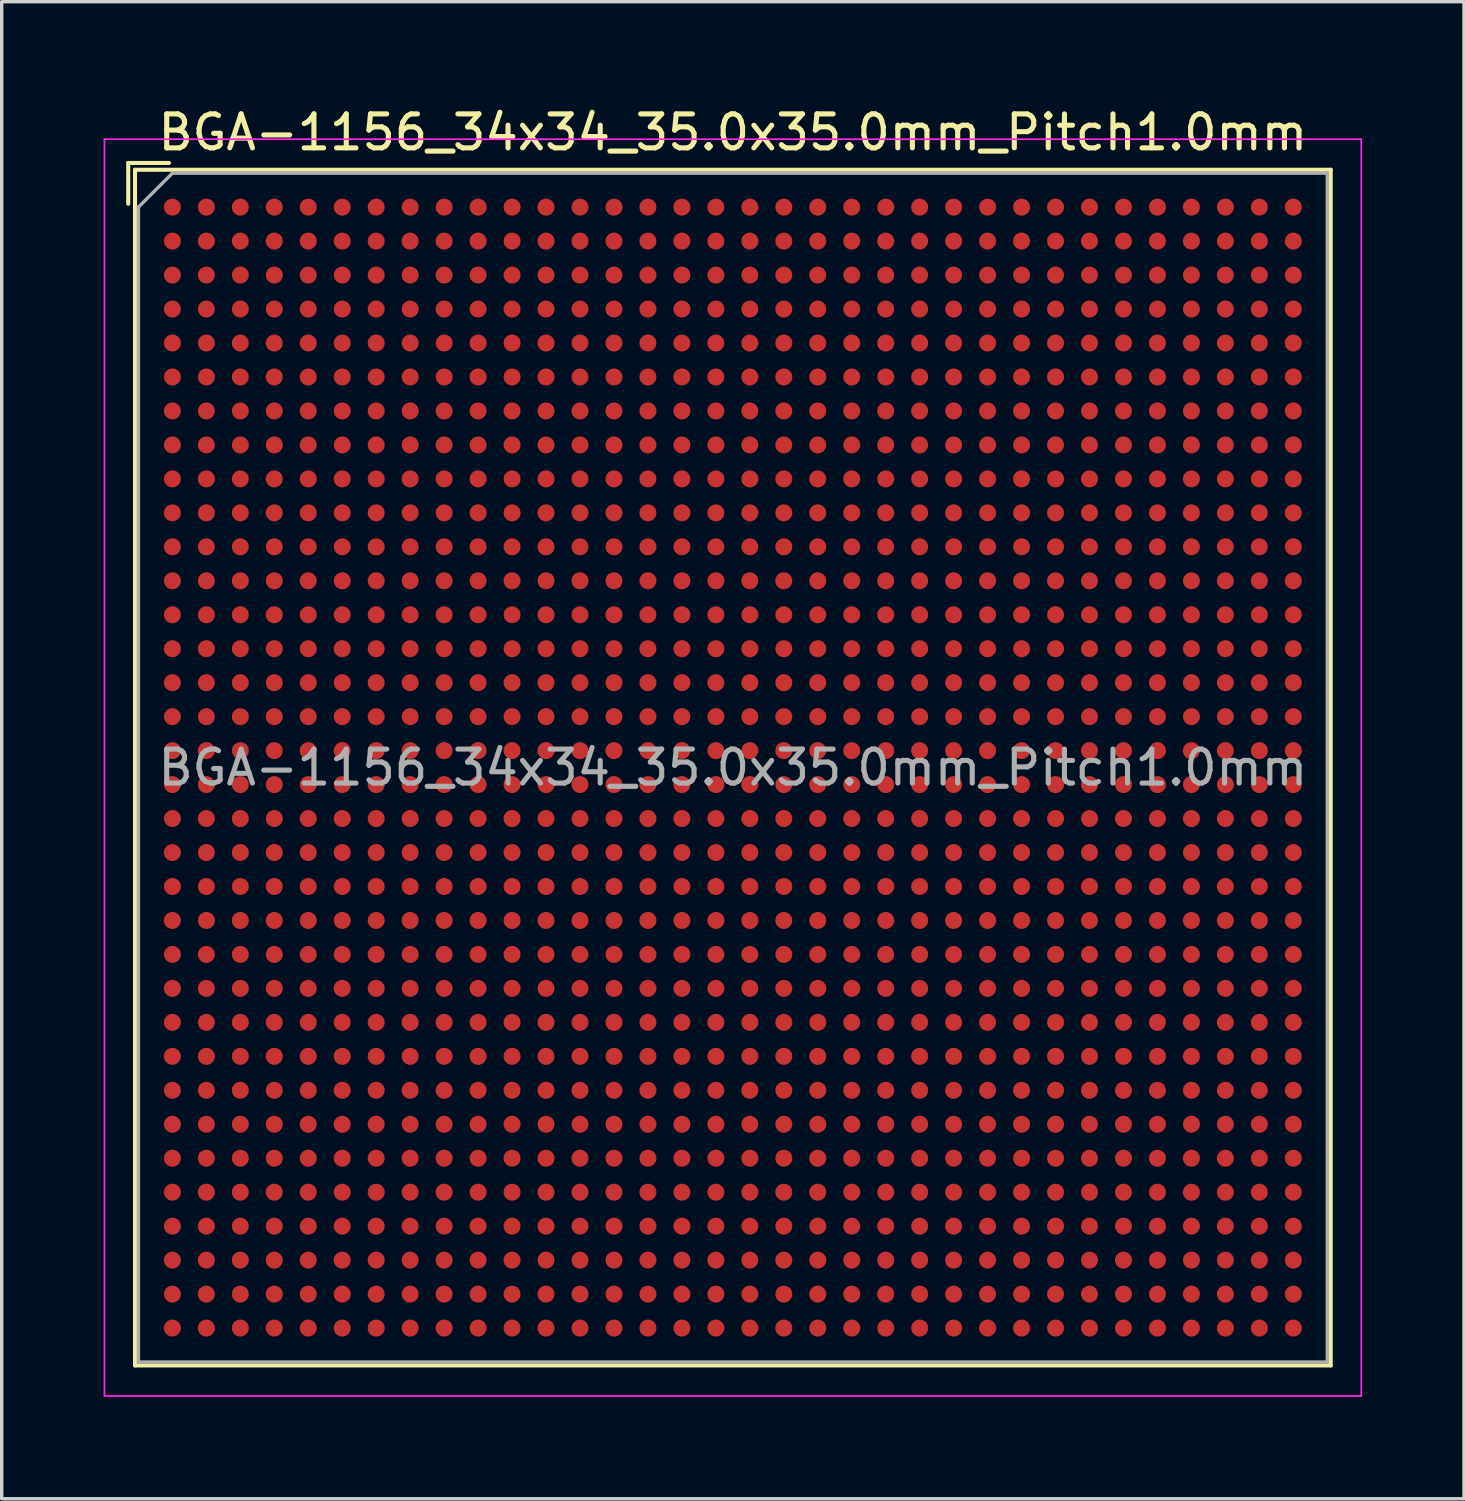
<source format=kicad_pcb>
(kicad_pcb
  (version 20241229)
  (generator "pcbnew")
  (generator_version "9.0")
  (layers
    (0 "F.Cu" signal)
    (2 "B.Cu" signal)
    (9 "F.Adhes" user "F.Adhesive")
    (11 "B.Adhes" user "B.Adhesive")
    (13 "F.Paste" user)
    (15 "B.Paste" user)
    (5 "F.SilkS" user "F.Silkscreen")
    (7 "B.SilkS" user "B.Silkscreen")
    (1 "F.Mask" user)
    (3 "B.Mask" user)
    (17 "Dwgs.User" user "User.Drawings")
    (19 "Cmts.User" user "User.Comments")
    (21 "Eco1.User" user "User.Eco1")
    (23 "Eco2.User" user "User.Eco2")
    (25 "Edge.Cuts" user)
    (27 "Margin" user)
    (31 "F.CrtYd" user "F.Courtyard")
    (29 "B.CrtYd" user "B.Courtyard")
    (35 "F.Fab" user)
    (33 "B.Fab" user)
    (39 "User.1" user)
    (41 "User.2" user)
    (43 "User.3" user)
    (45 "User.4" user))
  (footprint "BGA-1156_34x34_35.0x35.0mm_Pitch1.0mm"
    (layer "F.Cu")
    (at 18.525 19.548)
    (property "Reference" "BGA-1156_34x34_35.0x35.0mm_Pitch1.0mm" (at 0 -18.7 0) (layer "F.SilkS") (effects (font (size 1 1) (thickness 0.15))))
    (attr smd)
    (fp_line (start -17.8 -17.8) (end -17.8 -16.6) (stroke (width 0.12) (type solid)) (layer "F.SilkS"))
    (fp_line (start -17.6 -17.6) (end -17.6 17.6) (stroke (width 0.12) (type solid)) (layer "F.SilkS"))
    (fp_line (start -17.6 17.6) (end 17.6 17.6) (stroke (width 0.12) (type solid)) (layer "F.SilkS"))
    (fp_line (start -16.6 -17.8) (end -17.8 -17.8) (stroke (width 0.12) (type solid)) (layer "F.SilkS"))
    (fp_line (start 17.6 -17.6) (end -17.6 -17.6) (stroke (width 0.12) (type solid)) (layer "F.SilkS"))
    (fp_line (start 17.6 17.6) (end 17.6 -17.6) (stroke (width 0.12) (type solid)) (layer "F.SilkS"))
    (fp_line (start -18.5 -18.5) (end -18.5 18.5) (stroke (width 0.05) (type solid)) (layer "F.CrtYd"))
    (fp_line (start -18.5 -18.5) (end 18.5 -18.5) (stroke (width 0.05) (type solid)) (layer "F.CrtYd"))
    (fp_line (start 18.5 18.5) (end -18.5 18.5) (stroke (width 0.05) (type solid)) (layer "F.CrtYd"))
    (fp_line (start 18.5 18.5) (end 18.5 -18.5) (stroke (width 0.05) (type solid)) (layer "F.CrtYd"))
    (fp_line (start -17.5 -16.5) (end -17.5 17.5) (stroke (width 0.1) (type solid)) (layer "F.Fab"))
    (fp_line (start -17.5 17.5) (end 17.5 17.5) (stroke (width 0.1) (type solid)) (layer "F.Fab"))
    (fp_line (start -16.5 -17.5) (end -17.5 -16.5) (stroke (width 0.1) (type solid)) (layer "F.Fab"))
    (fp_line (start -16 -17.5) (end -16.5 -17.5) (stroke (width 0.1) (type solid)) (layer "F.Fab"))
    (fp_line (start 17.5 -17.5) (end -16 -17.5) (stroke (width 0.1) (type solid)) (layer "F.Fab"))
    (fp_line (start 17.5 17.5) (end 17.5 -17.5) (stroke (width 0.1) (type solid)) (layer "F.Fab"))
    (fp_text user "${REFERENCE}" (at 0 0 0) (layer "F.Fab") (effects (font (size 1 1) (thickness 0.15))))
    (pad "A1" smd circle (at -16.5 -16.5) (size 0.5 0.5) (layers "F.Cu" "F.Mask" "F.Paste"))
    (pad "A2" smd circle (at -15.5 -16.5) (size 0.5 0.5) (layers "F.Cu" "F.Mask" "F.Paste"))
    (pad "A3" smd circle (at -14.5 -16.5) (size 0.5 0.5) (layers "F.Cu" "F.Mask" "F.Paste"))
    (pad "A4" smd circle (at -13.5 -16.5) (size 0.5 0.5) (layers "F.Cu" "F.Mask" "F.Paste"))
    (pad "A5" smd circle (at -12.5 -16.5) (size 0.5 0.5) (layers "F.Cu" "F.Mask" "F.Paste"))
    (pad "A6" smd circle (at -11.5 -16.5) (size 0.5 0.5) (layers "F.Cu" "F.Mask" "F.Paste"))
    (pad "A7" smd circle (at -10.5 -16.5) (size 0.5 0.5) (layers "F.Cu" "F.Mask" "F.Paste"))
    (pad "A8" smd circle (at -9.5 -16.5) (size 0.5 0.5) (layers "F.Cu" "F.Mask" "F.Paste"))
    (pad "A9" smd circle (at -8.5 -16.5) (size 0.5 0.5) (layers "F.Cu" "F.Mask" "F.Paste"))
    (pad "A10" smd circle (at -7.5 -16.5) (size 0.5 0.5) (layers "F.Cu" "F.Mask" "F.Paste"))
    (pad "A11" smd circle (at -6.5 -16.5) (size 0.5 0.5) (layers "F.Cu" "F.Mask" "F.Paste"))
    (pad "A12" smd circle (at -5.5 -16.5) (size 0.5 0.5) (layers "F.Cu" "F.Mask" "F.Paste"))
    (pad "A13" smd circle (at -4.5 -16.5) (size 0.5 0.5) (layers "F.Cu" "F.Mask" "F.Paste"))
    (pad "A14" smd circle (at -3.5 -16.5) (size 0.5 0.5) (layers "F.Cu" "F.Mask" "F.Paste"))
    (pad "A15" smd circle (at -2.5 -16.5) (size 0.5 0.5) (layers "F.Cu" "F.Mask" "F.Paste"))
    (pad "A16" smd circle (at -1.5 -16.5) (size 0.5 0.5) (layers "F.Cu" "F.Mask" "F.Paste"))
    (pad "A17" smd circle (at -0.5 -16.5) (size 0.5 0.5) (layers "F.Cu" "F.Mask" "F.Paste"))
    (pad "A18" smd circle (at 0.5 -16.5) (size 0.5 0.5) (layers "F.Cu" "F.Mask" "F.Paste"))
    (pad "A19" smd circle (at 1.5 -16.5) (size 0.5 0.5) (layers "F.Cu" "F.Mask" "F.Paste"))
    (pad "A20" smd circle (at 2.5 -16.5) (size 0.5 0.5) (layers "F.Cu" "F.Mask" "F.Paste"))
    (pad "A21" smd circle (at 3.5 -16.5) (size 0.5 0.5) (layers "F.Cu" "F.Mask" "F.Paste"))
    (pad "A22" smd circle (at 4.5 -16.5) (size 0.5 0.5) (layers "F.Cu" "F.Mask" "F.Paste"))
    (pad "A23" smd circle (at 5.5 -16.5) (size 0.5 0.5) (layers "F.Cu" "F.Mask" "F.Paste"))
    (pad "A24" smd circle (at 6.5 -16.5) (size 0.5 0.5) (layers "F.Cu" "F.Mask" "F.Paste"))
    (pad "A25" smd circle (at 7.5 -16.5) (size 0.5 0.5) (layers "F.Cu" "F.Mask" "F.Paste"))
    (pad "A26" smd circle (at 8.5 -16.5) (size 0.5 0.5) (layers "F.Cu" "F.Mask" "F.Paste"))
    (pad "A27" smd circle (at 9.5 -16.5) (size 0.5 0.5) (layers "F.Cu" "F.Mask" "F.Paste"))
    (pad "A28" smd circle (at 10.5 -16.5) (size 0.5 0.5) (layers "F.Cu" "F.Mask" "F.Paste"))
    (pad "A29" smd circle (at 11.5 -16.5) (size 0.5 0.5) (layers "F.Cu" "F.Mask" "F.Paste"))
    (pad "A30" smd circle (at 12.5 -16.5) (size 0.5 0.5) (layers "F.Cu" "F.Mask" "F.Paste"))
    (pad "A31" smd circle (at 13.5 -16.5) (size 0.5 0.5) (layers "F.Cu" "F.Mask" "F.Paste"))
    (pad "A32" smd circle (at 14.5 -16.5) (size 0.5 0.5) (layers "F.Cu" "F.Mask" "F.Paste"))
    (pad "A33" smd circle (at 15.5 -16.5) (size 0.5 0.5) (layers "F.Cu" "F.Mask" "F.Paste"))
    (pad "A34" smd circle (at 16.5 -16.5) (size 0.5 0.5) (layers "F.Cu" "F.Mask" "F.Paste"))
    (pad "AA1" smd circle (at -16.5 3.5) (size 0.5 0.5) (layers "F.Cu" "F.Mask" "F.Paste"))
    (pad "AA2" smd circle (at -15.5 3.5) (size 0.5 0.5) (layers "F.Cu" "F.Mask" "F.Paste"))
    (pad "AA3" smd circle (at -14.5 3.5) (size 0.5 0.5) (layers "F.Cu" "F.Mask" "F.Paste"))
    (pad "AA4" smd circle (at -13.5 3.5) (size 0.5 0.5) (layers "F.Cu" "F.Mask" "F.Paste"))
    (pad "AA5" smd circle (at -12.5 3.5) (size 0.5 0.5) (layers "F.Cu" "F.Mask" "F.Paste"))
    (pad "AA6" smd circle (at -11.5 3.5) (size 0.5 0.5) (layers "F.Cu" "F.Mask" "F.Paste"))
    (pad "AA7" smd circle (at -10.5 3.5) (size 0.5 0.5) (layers "F.Cu" "F.Mask" "F.Paste"))
    (pad "AA8" smd circle (at -9.5 3.5) (size 0.5 0.5) (layers "F.Cu" "F.Mask" "F.Paste"))
    (pad "AA9" smd circle (at -8.5 3.5) (size 0.5 0.5) (layers "F.Cu" "F.Mask" "F.Paste"))
    (pad "AA10" smd circle (at -7.5 3.5) (size 0.5 0.5) (layers "F.Cu" "F.Mask" "F.Paste"))
    (pad "AA11" smd circle (at -6.5 3.5) (size 0.5 0.5) (layers "F.Cu" "F.Mask" "F.Paste"))
    (pad "AA12" smd circle (at -5.5 3.5) (size 0.5 0.5) (layers "F.Cu" "F.Mask" "F.Paste"))
    (pad "AA13" smd circle (at -4.5 3.5) (size 0.5 0.5) (layers "F.Cu" "F.Mask" "F.Paste"))
    (pad "AA14" smd circle (at -3.5 3.5) (size 0.5 0.5) (layers "F.Cu" "F.Mask" "F.Paste"))
    (pad "AA15" smd circle (at -2.5 3.5) (size 0.5 0.5) (layers "F.Cu" "F.Mask" "F.Paste"))
    (pad "AA16" smd circle (at -1.5 3.5) (size 0.5 0.5) (layers "F.Cu" "F.Mask" "F.Paste"))
    (pad "AA17" smd circle (at -0.5 3.5) (size 0.5 0.5) (layers "F.Cu" "F.Mask" "F.Paste"))
    (pad "AA18" smd circle (at 0.5 3.5) (size 0.5 0.5) (layers "F.Cu" "F.Mask" "F.Paste"))
    (pad "AA19" smd circle (at 1.5 3.5) (size 0.5 0.5) (layers "F.Cu" "F.Mask" "F.Paste"))
    (pad "AA20" smd circle (at 2.5 3.5) (size 0.5 0.5) (layers "F.Cu" "F.Mask" "F.Paste"))
    (pad "AA21" smd circle (at 3.5 3.5) (size 0.5 0.5) (layers "F.Cu" "F.Mask" "F.Paste"))
    (pad "AA22" smd circle (at 4.5 3.5) (size 0.5 0.5) (layers "F.Cu" "F.Mask" "F.Paste"))
    (pad "AA23" smd circle (at 5.5 3.5) (size 0.5 0.5) (layers "F.Cu" "F.Mask" "F.Paste"))
    (pad "AA24" smd circle (at 6.5 3.5) (size 0.5 0.5) (layers "F.Cu" "F.Mask" "F.Paste"))
    (pad "AA25" smd circle (at 7.5 3.5) (size 0.5 0.5) (layers "F.Cu" "F.Mask" "F.Paste"))
    (pad "AA26" smd circle (at 8.5 3.5) (size 0.5 0.5) (layers "F.Cu" "F.Mask" "F.Paste"))
    (pad "AA27" smd circle (at 9.5 3.5) (size 0.5 0.5) (layers "F.Cu" "F.Mask" "F.Paste"))
    (pad "AA28" smd circle (at 10.5 3.5) (size 0.5 0.5) (layers "F.Cu" "F.Mask" "F.Paste"))
    (pad "AA29" smd circle (at 11.5 3.5) (size 0.5 0.5) (layers "F.Cu" "F.Mask" "F.Paste"))
    (pad "AA30" smd circle (at 12.5 3.5) (size 0.5 0.5) (layers "F.Cu" "F.Mask" "F.Paste"))
    (pad "AA31" smd circle (at 13.5 3.5) (size 0.5 0.5) (layers "F.Cu" "F.Mask" "F.Paste"))
    (pad "AA32" smd circle (at 14.5 3.5) (size 0.5 0.5) (layers "F.Cu" "F.Mask" "F.Paste"))
    (pad "AA33" smd circle (at 15.5 3.5) (size 0.5 0.5) (layers "F.Cu" "F.Mask" "F.Paste"))
    (pad "AA34" smd circle (at 16.5 3.5) (size 0.5 0.5) (layers "F.Cu" "F.Mask" "F.Paste"))
    (pad "AB1" smd circle (at -16.5 4.5) (size 0.5 0.5) (layers "F.Cu" "F.Mask" "F.Paste"))
    (pad "AB2" smd circle (at -15.5 4.5) (size 0.5 0.5) (layers "F.Cu" "F.Mask" "F.Paste"))
    (pad "AB3" smd circle (at -14.5 4.5) (size 0.5 0.5) (layers "F.Cu" "F.Mask" "F.Paste"))
    (pad "AB4" smd circle (at -13.5 4.5) (size 0.5 0.5) (layers "F.Cu" "F.Mask" "F.Paste"))
    (pad "AB5" smd circle (at -12.5 4.5) (size 0.5 0.5) (layers "F.Cu" "F.Mask" "F.Paste"))
    (pad "AB6" smd circle (at -11.5 4.5) (size 0.5 0.5) (layers "F.Cu" "F.Mask" "F.Paste"))
    (pad "AB7" smd circle (at -10.5 4.5) (size 0.5 0.5) (layers "F.Cu" "F.Mask" "F.Paste"))
    (pad "AB8" smd circle (at -9.5 4.5) (size 0.5 0.5) (layers "F.Cu" "F.Mask" "F.Paste"))
    (pad "AB9" smd circle (at -8.5 4.5) (size 0.5 0.5) (layers "F.Cu" "F.Mask" "F.Paste"))
    (pad "AB10" smd circle (at -7.5 4.5) (size 0.5 0.5) (layers "F.Cu" "F.Mask" "F.Paste"))
    (pad "AB11" smd circle (at -6.5 4.5) (size 0.5 0.5) (layers "F.Cu" "F.Mask" "F.Paste"))
    (pad "AB12" smd circle (at -5.5 4.5) (size 0.5 0.5) (layers "F.Cu" "F.Mask" "F.Paste"))
    (pad "AB13" smd circle (at -4.5 4.5) (size 0.5 0.5) (layers "F.Cu" "F.Mask" "F.Paste"))
    (pad "AB14" smd circle (at -3.5 4.5) (size 0.5 0.5) (layers "F.Cu" "F.Mask" "F.Paste"))
    (pad "AB15" smd circle (at -2.5 4.5) (size 0.5 0.5) (layers "F.Cu" "F.Mask" "F.Paste"))
    (pad "AB16" smd circle (at -1.5 4.5) (size 0.5 0.5) (layers "F.Cu" "F.Mask" "F.Paste"))
    (pad "AB17" smd circle (at -0.5 4.5) (size 0.5 0.5) (layers "F.Cu" "F.Mask" "F.Paste"))
    (pad "AB18" smd circle (at 0.5 4.5) (size 0.5 0.5) (layers "F.Cu" "F.Mask" "F.Paste"))
    (pad "AB19" smd circle (at 1.5 4.5) (size 0.5 0.5) (layers "F.Cu" "F.Mask" "F.Paste"))
    (pad "AB20" smd circle (at 2.5 4.5) (size 0.5 0.5) (layers "F.Cu" "F.Mask" "F.Paste"))
    (pad "AB21" smd circle (at 3.5 4.5) (size 0.5 0.5) (layers "F.Cu" "F.Mask" "F.Paste"))
    (pad "AB22" smd circle (at 4.5 4.5) (size 0.5 0.5) (layers "F.Cu" "F.Mask" "F.Paste"))
    (pad "AB23" smd circle (at 5.5 4.5) (size 0.5 0.5) (layers "F.Cu" "F.Mask" "F.Paste"))
    (pad "AB24" smd circle (at 6.5 4.5) (size 0.5 0.5) (layers "F.Cu" "F.Mask" "F.Paste"))
    (pad "AB25" smd circle (at 7.5 4.5) (size 0.5 0.5) (layers "F.Cu" "F.Mask" "F.Paste"))
    (pad "AB26" smd circle (at 8.5 4.5) (size 0.5 0.5) (layers "F.Cu" "F.Mask" "F.Paste"))
    (pad "AB27" smd circle (at 9.5 4.5) (size 0.5 0.5) (layers "F.Cu" "F.Mask" "F.Paste"))
    (pad "AB28" smd circle (at 10.5 4.5) (size 0.5 0.5) (layers "F.Cu" "F.Mask" "F.Paste"))
    (pad "AB29" smd circle (at 11.5 4.5) (size 0.5 0.5) (layers "F.Cu" "F.Mask" "F.Paste"))
    (pad "AB30" smd circle (at 12.5 4.5) (size 0.5 0.5) (layers "F.Cu" "F.Mask" "F.Paste"))
    (pad "AB31" smd circle (at 13.5 4.5) (size 0.5 0.5) (layers "F.Cu" "F.Mask" "F.Paste"))
    (pad "AB32" smd circle (at 14.5 4.5) (size 0.5 0.5) (layers "F.Cu" "F.Mask" "F.Paste"))
    (pad "AB33" smd circle (at 15.5 4.5) (size 0.5 0.5) (layers "F.Cu" "F.Mask" "F.Paste"))
    (pad "AB34" smd circle (at 16.5 4.5) (size 0.5 0.5) (layers "F.Cu" "F.Mask" "F.Paste"))
    (pad "AC1" smd circle (at -16.5 5.5) (size 0.5 0.5) (layers "F.Cu" "F.Mask" "F.Paste"))
    (pad "AC2" smd circle (at -15.5 5.5) (size 0.5 0.5) (layers "F.Cu" "F.Mask" "F.Paste"))
    (pad "AC3" smd circle (at -14.5 5.5) (size 0.5 0.5) (layers "F.Cu" "F.Mask" "F.Paste"))
    (pad "AC4" smd circle (at -13.5 5.5) (size 0.5 0.5) (layers "F.Cu" "F.Mask" "F.Paste"))
    (pad "AC5" smd circle (at -12.5 5.5) (size 0.5 0.5) (layers "F.Cu" "F.Mask" "F.Paste"))
    (pad "AC6" smd circle (at -11.5 5.5) (size 0.5 0.5) (layers "F.Cu" "F.Mask" "F.Paste"))
    (pad "AC7" smd circle (at -10.5 5.5) (size 0.5 0.5) (layers "F.Cu" "F.Mask" "F.Paste"))
    (pad "AC8" smd circle (at -9.5 5.5) (size 0.5 0.5) (layers "F.Cu" "F.Mask" "F.Paste"))
    (pad "AC9" smd circle (at -8.5 5.5) (size 0.5 0.5) (layers "F.Cu" "F.Mask" "F.Paste"))
    (pad "AC10" smd circle (at -7.5 5.5) (size 0.5 0.5) (layers "F.Cu" "F.Mask" "F.Paste"))
    (pad "AC11" smd circle (at -6.5 5.5) (size 0.5 0.5) (layers "F.Cu" "F.Mask" "F.Paste"))
    (pad "AC12" smd circle (at -5.5 5.5) (size 0.5 0.5) (layers "F.Cu" "F.Mask" "F.Paste"))
    (pad "AC13" smd circle (at -4.5 5.5) (size 0.5 0.5) (layers "F.Cu" "F.Mask" "F.Paste"))
    (pad "AC14" smd circle (at -3.5 5.5) (size 0.5 0.5) (layers "F.Cu" "F.Mask" "F.Paste"))
    (pad "AC15" smd circle (at -2.5 5.5) (size 0.5 0.5) (layers "F.Cu" "F.Mask" "F.Paste"))
    (pad "AC16" smd circle (at -1.5 5.5) (size 0.5 0.5) (layers "F.Cu" "F.Mask" "F.Paste"))
    (pad "AC17" smd circle (at -0.5 5.5) (size 0.5 0.5) (layers "F.Cu" "F.Mask" "F.Paste"))
    (pad "AC18" smd circle (at 0.5 5.5) (size 0.5 0.5) (layers "F.Cu" "F.Mask" "F.Paste"))
    (pad "AC19" smd circle (at 1.5 5.5) (size 0.5 0.5) (layers "F.Cu" "F.Mask" "F.Paste"))
    (pad "AC20" smd circle (at 2.5 5.5) (size 0.5 0.5) (layers "F.Cu" "F.Mask" "F.Paste"))
    (pad "AC21" smd circle (at 3.5 5.5) (size 0.5 0.5) (layers "F.Cu" "F.Mask" "F.Paste"))
    (pad "AC22" smd circle (at 4.5 5.5) (size 0.5 0.5) (layers "F.Cu" "F.Mask" "F.Paste"))
    (pad "AC23" smd circle (at 5.5 5.5) (size 0.5 0.5) (layers "F.Cu" "F.Mask" "F.Paste"))
    (pad "AC24" smd circle (at 6.5 5.5) (size 0.5 0.5) (layers "F.Cu" "F.Mask" "F.Paste"))
    (pad "AC25" smd circle (at 7.5 5.5) (size 0.5 0.5) (layers "F.Cu" "F.Mask" "F.Paste"))
    (pad "AC26" smd circle (at 8.5 5.5) (size 0.5 0.5) (layers "F.Cu" "F.Mask" "F.Paste"))
    (pad "AC27" smd circle (at 9.5 5.5) (size 0.5 0.5) (layers "F.Cu" "F.Mask" "F.Paste"))
    (pad "AC28" smd circle (at 10.5 5.5) (size 0.5 0.5) (layers "F.Cu" "F.Mask" "F.Paste"))
    (pad "AC29" smd circle (at 11.5 5.5) (size 0.5 0.5) (layers "F.Cu" "F.Mask" "F.Paste"))
    (pad "AC30" smd circle (at 12.5 5.5) (size 0.5 0.5) (layers "F.Cu" "F.Mask" "F.Paste"))
    (pad "AC31" smd circle (at 13.5 5.5) (size 0.5 0.5) (layers "F.Cu" "F.Mask" "F.Paste"))
    (pad "AC32" smd circle (at 14.5 5.5) (size 0.5 0.5) (layers "F.Cu" "F.Mask" "F.Paste"))
    (pad "AC33" smd circle (at 15.5 5.5) (size 0.5 0.5) (layers "F.Cu" "F.Mask" "F.Paste"))
    (pad "AC34" smd circle (at 16.5 5.5) (size 0.5 0.5) (layers "F.Cu" "F.Mask" "F.Paste"))
    (pad "AD1" smd circle (at -16.5 6.5) (size 0.5 0.5) (layers "F.Cu" "F.Mask" "F.Paste"))
    (pad "AD2" smd circle (at -15.5 6.5) (size 0.5 0.5) (layers "F.Cu" "F.Mask" "F.Paste"))
    (pad "AD3" smd circle (at -14.5 6.5) (size 0.5 0.5) (layers "F.Cu" "F.Mask" "F.Paste"))
    (pad "AD4" smd circle (at -13.5 6.5) (size 0.5 0.5) (layers "F.Cu" "F.Mask" "F.Paste"))
    (pad "AD5" smd circle (at -12.5 6.5) (size 0.5 0.5) (layers "F.Cu" "F.Mask" "F.Paste"))
    (pad "AD6" smd circle (at -11.5 6.5) (size 0.5 0.5) (layers "F.Cu" "F.Mask" "F.Paste"))
    (pad "AD7" smd circle (at -10.5 6.5) (size 0.5 0.5) (layers "F.Cu" "F.Mask" "F.Paste"))
    (pad "AD8" smd circle (at -9.5 6.5) (size 0.5 0.5) (layers "F.Cu" "F.Mask" "F.Paste"))
    (pad "AD9" smd circle (at -8.5 6.5) (size 0.5 0.5) (layers "F.Cu" "F.Mask" "F.Paste"))
    (pad "AD10" smd circle (at -7.5 6.5) (size 0.5 0.5) (layers "F.Cu" "F.Mask" "F.Paste"))
    (pad "AD11" smd circle (at -6.5 6.5) (size 0.5 0.5) (layers "F.Cu" "F.Mask" "F.Paste"))
    (pad "AD12" smd circle (at -5.5 6.5) (size 0.5 0.5) (layers "F.Cu" "F.Mask" "F.Paste"))
    (pad "AD13" smd circle (at -4.5 6.5) (size 0.5 0.5) (layers "F.Cu" "F.Mask" "F.Paste"))
    (pad "AD14" smd circle (at -3.5 6.5) (size 0.5 0.5) (layers "F.Cu" "F.Mask" "F.Paste"))
    (pad "AD15" smd circle (at -2.5 6.5) (size 0.5 0.5) (layers "F.Cu" "F.Mask" "F.Paste"))
    (pad "AD16" smd circle (at -1.5 6.5) (size 0.5 0.5) (layers "F.Cu" "F.Mask" "F.Paste"))
    (pad "AD17" smd circle (at -0.5 6.5) (size 0.5 0.5) (layers "F.Cu" "F.Mask" "F.Paste"))
    (pad "AD18" smd circle (at 0.5 6.5) (size 0.5 0.5) (layers "F.Cu" "F.Mask" "F.Paste"))
    (pad "AD19" smd circle (at 1.5 6.5) (size 0.5 0.5) (layers "F.Cu" "F.Mask" "F.Paste"))
    (pad "AD20" smd circle (at 2.5 6.5) (size 0.5 0.5) (layers "F.Cu" "F.Mask" "F.Paste"))
    (pad "AD21" smd circle (at 3.5 6.5) (size 0.5 0.5) (layers "F.Cu" "F.Mask" "F.Paste"))
    (pad "AD22" smd circle (at 4.5 6.5) (size 0.5 0.5) (layers "F.Cu" "F.Mask" "F.Paste"))
    (pad "AD23" smd circle (at 5.5 6.5) (size 0.5 0.5) (layers "F.Cu" "F.Mask" "F.Paste"))
    (pad "AD24" smd circle (at 6.5 6.5) (size 0.5 0.5) (layers "F.Cu" "F.Mask" "F.Paste"))
    (pad "AD25" smd circle (at 7.5 6.5) (size 0.5 0.5) (layers "F.Cu" "F.Mask" "F.Paste"))
    (pad "AD26" smd circle (at 8.5 6.5) (size 0.5 0.5) (layers "F.Cu" "F.Mask" "F.Paste"))
    (pad "AD27" smd circle (at 9.5 6.5) (size 0.5 0.5) (layers "F.Cu" "F.Mask" "F.Paste"))
    (pad "AD28" smd circle (at 10.5 6.5) (size 0.5 0.5) (layers "F.Cu" "F.Mask" "F.Paste"))
    (pad "AD29" smd circle (at 11.5 6.5) (size 0.5 0.5) (layers "F.Cu" "F.Mask" "F.Paste"))
    (pad "AD30" smd circle (at 12.5 6.5) (size 0.5 0.5) (layers "F.Cu" "F.Mask" "F.Paste"))
    (pad "AD31" smd circle (at 13.5 6.5) (size 0.5 0.5) (layers "F.Cu" "F.Mask" "F.Paste"))
    (pad "AD32" smd circle (at 14.5 6.5) (size 0.5 0.5) (layers "F.Cu" "F.Mask" "F.Paste"))
    (pad "AD33" smd circle (at 15.5 6.5) (size 0.5 0.5) (layers "F.Cu" "F.Mask" "F.Paste"))
    (pad "AD34" smd circle (at 16.5 6.5) (size 0.5 0.5) (layers "F.Cu" "F.Mask" "F.Paste"))
    (pad "AE1" smd circle (at -16.5 7.5) (size 0.5 0.5) (layers "F.Cu" "F.Mask" "F.Paste"))
    (pad "AE2" smd circle (at -15.5 7.5) (size 0.5 0.5) (layers "F.Cu" "F.Mask" "F.Paste"))
    (pad "AE3" smd circle (at -14.5 7.5) (size 0.5 0.5) (layers "F.Cu" "F.Mask" "F.Paste"))
    (pad "AE4" smd circle (at -13.5 7.5) (size 0.5 0.5) (layers "F.Cu" "F.Mask" "F.Paste"))
    (pad "AE5" smd circle (at -12.5 7.5) (size 0.5 0.5) (layers "F.Cu" "F.Mask" "F.Paste"))
    (pad "AE6" smd circle (at -11.5 7.5) (size 0.5 0.5) (layers "F.Cu" "F.Mask" "F.Paste"))
    (pad "AE7" smd circle (at -10.5 7.5) (size 0.5 0.5) (layers "F.Cu" "F.Mask" "F.Paste"))
    (pad "AE8" smd circle (at -9.5 7.5) (size 0.5 0.5) (layers "F.Cu" "F.Mask" "F.Paste"))
    (pad "AE9" smd circle (at -8.5 7.5) (size 0.5 0.5) (layers "F.Cu" "F.Mask" "F.Paste"))
    (pad "AE10" smd circle (at -7.5 7.5) (size 0.5 0.5) (layers "F.Cu" "F.Mask" "F.Paste"))
    (pad "AE11" smd circle (at -6.5 7.5) (size 0.5 0.5) (layers "F.Cu" "F.Mask" "F.Paste"))
    (pad "AE12" smd circle (at -5.5 7.5) (size 0.5 0.5) (layers "F.Cu" "F.Mask" "F.Paste"))
    (pad "AE13" smd circle (at -4.5 7.5) (size 0.5 0.5) (layers "F.Cu" "F.Mask" "F.Paste"))
    (pad "AE14" smd circle (at -3.5 7.5) (size 0.5 0.5) (layers "F.Cu" "F.Mask" "F.Paste"))
    (pad "AE15" smd circle (at -2.5 7.5) (size 0.5 0.5) (layers "F.Cu" "F.Mask" "F.Paste"))
    (pad "AE16" smd circle (at -1.5 7.5) (size 0.5 0.5) (layers "F.Cu" "F.Mask" "F.Paste"))
    (pad "AE17" smd circle (at -0.5 7.5) (size 0.5 0.5) (layers "F.Cu" "F.Mask" "F.Paste"))
    (pad "AE18" smd circle (at 0.5 7.5) (size 0.5 0.5) (layers "F.Cu" "F.Mask" "F.Paste"))
    (pad "AE19" smd circle (at 1.5 7.5) (size 0.5 0.5) (layers "F.Cu" "F.Mask" "F.Paste"))
    (pad "AE20" smd circle (at 2.5 7.5) (size 0.5 0.5) (layers "F.Cu" "F.Mask" "F.Paste"))
    (pad "AE21" smd circle (at 3.5 7.5) (size 0.5 0.5) (layers "F.Cu" "F.Mask" "F.Paste"))
    (pad "AE22" smd circle (at 4.5 7.5) (size 0.5 0.5) (layers "F.Cu" "F.Mask" "F.Paste"))
    (pad "AE23" smd circle (at 5.5 7.5) (size 0.5 0.5) (layers "F.Cu" "F.Mask" "F.Paste"))
    (pad "AE24" smd circle (at 6.5 7.5) (size 0.5 0.5) (layers "F.Cu" "F.Mask" "F.Paste"))
    (pad "AE25" smd circle (at 7.5 7.5) (size 0.5 0.5) (layers "F.Cu" "F.Mask" "F.Paste"))
    (pad "AE26" smd circle (at 8.5 7.5) (size 0.5 0.5) (layers "F.Cu" "F.Mask" "F.Paste"))
    (pad "AE27" smd circle (at 9.5 7.5) (size 0.5 0.5) (layers "F.Cu" "F.Mask" "F.Paste"))
    (pad "AE28" smd circle (at 10.5 7.5) (size 0.5 0.5) (layers "F.Cu" "F.Mask" "F.Paste"))
    (pad "AE29" smd circle (at 11.5 7.5) (size 0.5 0.5) (layers "F.Cu" "F.Mask" "F.Paste"))
    (pad "AE30" smd circle (at 12.5 7.5) (size 0.5 0.5) (layers "F.Cu" "F.Mask" "F.Paste"))
    (pad "AE31" smd circle (at 13.5 7.5) (size 0.5 0.5) (layers "F.Cu" "F.Mask" "F.Paste"))
    (pad "AE32" smd circle (at 14.5 7.5) (size 0.5 0.5) (layers "F.Cu" "F.Mask" "F.Paste"))
    (pad "AE33" smd circle (at 15.5 7.5) (size 0.5 0.5) (layers "F.Cu" "F.Mask" "F.Paste"))
    (pad "AE34" smd circle (at 16.5 7.5) (size 0.5 0.5) (layers "F.Cu" "F.Mask" "F.Paste"))
    (pad "AF1" smd circle (at -16.5 8.5) (size 0.5 0.5) (layers "F.Cu" "F.Mask" "F.Paste"))
    (pad "AF2" smd circle (at -15.5 8.5) (size 0.5 0.5) (layers "F.Cu" "F.Mask" "F.Paste"))
    (pad "AF3" smd circle (at -14.5 8.5) (size 0.5 0.5) (layers "F.Cu" "F.Mask" "F.Paste"))
    (pad "AF4" smd circle (at -13.5 8.5) (size 0.5 0.5) (layers "F.Cu" "F.Mask" "F.Paste"))
    (pad "AF5" smd circle (at -12.5 8.5) (size 0.5 0.5) (layers "F.Cu" "F.Mask" "F.Paste"))
    (pad "AF6" smd circle (at -11.5 8.5) (size 0.5 0.5) (layers "F.Cu" "F.Mask" "F.Paste"))
    (pad "AF7" smd circle (at -10.5 8.5) (size 0.5 0.5) (layers "F.Cu" "F.Mask" "F.Paste"))
    (pad "AF8" smd circle (at -9.5 8.5) (size 0.5 0.5) (layers "F.Cu" "F.Mask" "F.Paste"))
    (pad "AF9" smd circle (at -8.5 8.5) (size 0.5 0.5) (layers "F.Cu" "F.Mask" "F.Paste"))
    (pad "AF10" smd circle (at -7.5 8.5) (size 0.5 0.5) (layers "F.Cu" "F.Mask" "F.Paste"))
    (pad "AF11" smd circle (at -6.5 8.5) (size 0.5 0.5) (layers "F.Cu" "F.Mask" "F.Paste"))
    (pad "AF12" smd circle (at -5.5 8.5) (size 0.5 0.5) (layers "F.Cu" "F.Mask" "F.Paste"))
    (pad "AF13" smd circle (at -4.5 8.5) (size 0.5 0.5) (layers "F.Cu" "F.Mask" "F.Paste"))
    (pad "AF14" smd circle (at -3.5 8.5) (size 0.5 0.5) (layers "F.Cu" "F.Mask" "F.Paste"))
    (pad "AF15" smd circle (at -2.5 8.5) (size 0.5 0.5) (layers "F.Cu" "F.Mask" "F.Paste"))
    (pad "AF16" smd circle (at -1.5 8.5) (size 0.5 0.5) (layers "F.Cu" "F.Mask" "F.Paste"))
    (pad "AF17" smd circle (at -0.5 8.5) (size 0.5 0.5) (layers "F.Cu" "F.Mask" "F.Paste"))
    (pad "AF18" smd circle (at 0.5 8.5) (size 0.5 0.5) (layers "F.Cu" "F.Mask" "F.Paste"))
    (pad "AF19" smd circle (at 1.5 8.5) (size 0.5 0.5) (layers "F.Cu" "F.Mask" "F.Paste"))
    (pad "AF20" smd circle (at 2.5 8.5) (size 0.5 0.5) (layers "F.Cu" "F.Mask" "F.Paste"))
    (pad "AF21" smd circle (at 3.5 8.5) (size 0.5 0.5) (layers "F.Cu" "F.Mask" "F.Paste"))
    (pad "AF22" smd circle (at 4.5 8.5) (size 0.5 0.5) (layers "F.Cu" "F.Mask" "F.Paste"))
    (pad "AF23" smd circle (at 5.5 8.5) (size 0.5 0.5) (layers "F.Cu" "F.Mask" "F.Paste"))
    (pad "AF24" smd circle (at 6.5 8.5) (size 0.5 0.5) (layers "F.Cu" "F.Mask" "F.Paste"))
    (pad "AF25" smd circle (at 7.5 8.5) (size 0.5 0.5) (layers "F.Cu" "F.Mask" "F.Paste"))
    (pad "AF26" smd circle (at 8.5 8.5) (size 0.5 0.5) (layers "F.Cu" "F.Mask" "F.Paste"))
    (pad "AF27" smd circle (at 9.5 8.5) (size 0.5 0.5) (layers "F.Cu" "F.Mask" "F.Paste"))
    (pad "AF28" smd circle (at 10.5 8.5) (size 0.5 0.5) (layers "F.Cu" "F.Mask" "F.Paste"))
    (pad "AF29" smd circle (at 11.5 8.5) (size 0.5 0.5) (layers "F.Cu" "F.Mask" "F.Paste"))
    (pad "AF30" smd circle (at 12.5 8.5) (size 0.5 0.5) (layers "F.Cu" "F.Mask" "F.Paste"))
    (pad "AF31" smd circle (at 13.5 8.5) (size 0.5 0.5) (layers "F.Cu" "F.Mask" "F.Paste"))
    (pad "AF32" smd circle (at 14.5 8.5) (size 0.5 0.5) (layers "F.Cu" "F.Mask" "F.Paste"))
    (pad "AF33" smd circle (at 15.5 8.5) (size 0.5 0.5) (layers "F.Cu" "F.Mask" "F.Paste"))
    (pad "AF34" smd circle (at 16.5 8.5) (size 0.5 0.5) (layers "F.Cu" "F.Mask" "F.Paste"))
    (pad "AG1" smd circle (at -16.5 9.5) (size 0.5 0.5) (layers "F.Cu" "F.Mask" "F.Paste"))
    (pad "AG2" smd circle (at -15.5 9.5) (size 0.5 0.5) (layers "F.Cu" "F.Mask" "F.Paste"))
    (pad "AG3" smd circle (at -14.5 9.5) (size 0.5 0.5) (layers "F.Cu" "F.Mask" "F.Paste"))
    (pad "AG4" smd circle (at -13.5 9.5) (size 0.5 0.5) (layers "F.Cu" "F.Mask" "F.Paste"))
    (pad "AG5" smd circle (at -12.5 9.5) (size 0.5 0.5) (layers "F.Cu" "F.Mask" "F.Paste"))
    (pad "AG6" smd circle (at -11.5 9.5) (size 0.5 0.5) (layers "F.Cu" "F.Mask" "F.Paste"))
    (pad "AG7" smd circle (at -10.5 9.5) (size 0.5 0.5) (layers "F.Cu" "F.Mask" "F.Paste"))
    (pad "AG8" smd circle (at -9.5 9.5) (size 0.5 0.5) (layers "F.Cu" "F.Mask" "F.Paste"))
    (pad "AG9" smd circle (at -8.5 9.5) (size 0.5 0.5) (layers "F.Cu" "F.Mask" "F.Paste"))
    (pad "AG10" smd circle (at -7.5 9.5) (size 0.5 0.5) (layers "F.Cu" "F.Mask" "F.Paste"))
    (pad "AG11" smd circle (at -6.5 9.5) (size 0.5 0.5) (layers "F.Cu" "F.Mask" "F.Paste"))
    (pad "AG12" smd circle (at -5.5 9.5) (size 0.5 0.5) (layers "F.Cu" "F.Mask" "F.Paste"))
    (pad "AG13" smd circle (at -4.5 9.5) (size 0.5 0.5) (layers "F.Cu" "F.Mask" "F.Paste"))
    (pad "AG14" smd circle (at -3.5 9.5) (size 0.5 0.5) (layers "F.Cu" "F.Mask" "F.Paste"))
    (pad "AG15" smd circle (at -2.5 9.5) (size 0.5 0.5) (layers "F.Cu" "F.Mask" "F.Paste"))
    (pad "AG16" smd circle (at -1.5 9.5) (size 0.5 0.5) (layers "F.Cu" "F.Mask" "F.Paste"))
    (pad "AG17" smd circle (at -0.5 9.5) (size 0.5 0.5) (layers "F.Cu" "F.Mask" "F.Paste"))
    (pad "AG18" smd circle (at 0.5 9.5) (size 0.5 0.5) (layers "F.Cu" "F.Mask" "F.Paste"))
    (pad "AG19" smd circle (at 1.5 9.5) (size 0.5 0.5) (layers "F.Cu" "F.Mask" "F.Paste"))
    (pad "AG20" smd circle (at 2.5 9.5) (size 0.5 0.5) (layers "F.Cu" "F.Mask" "F.Paste"))
    (pad "AG21" smd circle (at 3.5 9.5) (size 0.5 0.5) (layers "F.Cu" "F.Mask" "F.Paste"))
    (pad "AG22" smd circle (at 4.5 9.5) (size 0.5 0.5) (layers "F.Cu" "F.Mask" "F.Paste"))
    (pad "AG23" smd circle (at 5.5 9.5) (size 0.5 0.5) (layers "F.Cu" "F.Mask" "F.Paste"))
    (pad "AG24" smd circle (at 6.5 9.5) (size 0.5 0.5) (layers "F.Cu" "F.Mask" "F.Paste"))
    (pad "AG25" smd circle (at 7.5 9.5) (size 0.5 0.5) (layers "F.Cu" "F.Mask" "F.Paste"))
    (pad "AG26" smd circle (at 8.5 9.5) (size 0.5 0.5) (layers "F.Cu" "F.Mask" "F.Paste"))
    (pad "AG27" smd circle (at 9.5 9.5) (size 0.5 0.5) (layers "F.Cu" "F.Mask" "F.Paste"))
    (pad "AG28" smd circle (at 10.5 9.5) (size 0.5 0.5) (layers "F.Cu" "F.Mask" "F.Paste"))
    (pad "AG29" smd circle (at 11.5 9.5) (size 0.5 0.5) (layers "F.Cu" "F.Mask" "F.Paste"))
    (pad "AG30" smd circle (at 12.5 9.5) (size 0.5 0.5) (layers "F.Cu" "F.Mask" "F.Paste"))
    (pad "AG31" smd circle (at 13.5 9.5) (size 0.5 0.5) (layers "F.Cu" "F.Mask" "F.Paste"))
    (pad "AG32" smd circle (at 14.5 9.5) (size 0.5 0.5) (layers "F.Cu" "F.Mask" "F.Paste"))
    (pad "AG33" smd circle (at 15.5 9.5) (size 0.5 0.5) (layers "F.Cu" "F.Mask" "F.Paste"))
    (pad "AG34" smd circle (at 16.5 9.5) (size 0.5 0.5) (layers "F.Cu" "F.Mask" "F.Paste"))
    (pad "AH1" smd circle (at -16.5 10.5) (size 0.5 0.5) (layers "F.Cu" "F.Mask" "F.Paste"))
    (pad "AH2" smd circle (at -15.5 10.5) (size 0.5 0.5) (layers "F.Cu" "F.Mask" "F.Paste"))
    (pad "AH3" smd circle (at -14.5 10.5) (size 0.5 0.5) (layers "F.Cu" "F.Mask" "F.Paste"))
    (pad "AH4" smd circle (at -13.5 10.5) (size 0.5 0.5) (layers "F.Cu" "F.Mask" "F.Paste"))
    (pad "AH5" smd circle (at -12.5 10.5) (size 0.5 0.5) (layers "F.Cu" "F.Mask" "F.Paste"))
    (pad "AH6" smd circle (at -11.5 10.5) (size 0.5 0.5) (layers "F.Cu" "F.Mask" "F.Paste"))
    (pad "AH7" smd circle (at -10.5 10.5) (size 0.5 0.5) (layers "F.Cu" "F.Mask" "F.Paste"))
    (pad "AH8" smd circle (at -9.5 10.5) (size 0.5 0.5) (layers "F.Cu" "F.Mask" "F.Paste"))
    (pad "AH9" smd circle (at -8.5 10.5) (size 0.5 0.5) (layers "F.Cu" "F.Mask" "F.Paste"))
    (pad "AH10" smd circle (at -7.5 10.5) (size 0.5 0.5) (layers "F.Cu" "F.Mask" "F.Paste"))
    (pad "AH11" smd circle (at -6.5 10.5) (size 0.5 0.5) (layers "F.Cu" "F.Mask" "F.Paste"))
    (pad "AH12" smd circle (at -5.5 10.5) (size 0.5 0.5) (layers "F.Cu" "F.Mask" "F.Paste"))
    (pad "AH13" smd circle (at -4.5 10.5) (size 0.5 0.5) (layers "F.Cu" "F.Mask" "F.Paste"))
    (pad "AH14" smd circle (at -3.5 10.5) (size 0.5 0.5) (layers "F.Cu" "F.Mask" "F.Paste"))
    (pad "AH15" smd circle (at -2.5 10.5) (size 0.5 0.5) (layers "F.Cu" "F.Mask" "F.Paste"))
    (pad "AH16" smd circle (at -1.5 10.5) (size 0.5 0.5) (layers "F.Cu" "F.Mask" "F.Paste"))
    (pad "AH17" smd circle (at -0.5 10.5) (size 0.5 0.5) (layers "F.Cu" "F.Mask" "F.Paste"))
    (pad "AH18" smd circle (at 0.5 10.5) (size 0.5 0.5) (layers "F.Cu" "F.Mask" "F.Paste"))
    (pad "AH19" smd circle (at 1.5 10.5) (size 0.5 0.5) (layers "F.Cu" "F.Mask" "F.Paste"))
    (pad "AH20" smd circle (at 2.5 10.5) (size 0.5 0.5) (layers "F.Cu" "F.Mask" "F.Paste"))
    (pad "AH21" smd circle (at 3.5 10.5) (size 0.5 0.5) (layers "F.Cu" "F.Mask" "F.Paste"))
    (pad "AH22" smd circle (at 4.5 10.5) (size 0.5 0.5) (layers "F.Cu" "F.Mask" "F.Paste"))
    (pad "AH23" smd circle (at 5.5 10.5) (size 0.5 0.5) (layers "F.Cu" "F.Mask" "F.Paste"))
    (pad "AH24" smd circle (at 6.5 10.5) (size 0.5 0.5) (layers "F.Cu" "F.Mask" "F.Paste"))
    (pad "AH25" smd circle (at 7.5 10.5) (size 0.5 0.5) (layers "F.Cu" "F.Mask" "F.Paste"))
    (pad "AH26" smd circle (at 8.5 10.5) (size 0.5 0.5) (layers "F.Cu" "F.Mask" "F.Paste"))
    (pad "AH27" smd circle (at 9.5 10.5) (size 0.5 0.5) (layers "F.Cu" "F.Mask" "F.Paste"))
    (pad "AH28" smd circle (at 10.5 10.5) (size 0.5 0.5) (layers "F.Cu" "F.Mask" "F.Paste"))
    (pad "AH29" smd circle (at 11.5 10.5) (size 0.5 0.5) (layers "F.Cu" "F.Mask" "F.Paste"))
    (pad "AH30" smd circle (at 12.5 10.5) (size 0.5 0.5) (layers "F.Cu" "F.Mask" "F.Paste"))
    (pad "AH31" smd circle (at 13.5 10.5) (size 0.5 0.5) (layers "F.Cu" "F.Mask" "F.Paste"))
    (pad "AH32" smd circle (at 14.5 10.5) (size 0.5 0.5) (layers "F.Cu" "F.Mask" "F.Paste"))
    (pad "AH33" smd circle (at 15.5 10.5) (size 0.5 0.5) (layers "F.Cu" "F.Mask" "F.Paste"))
    (pad "AH34" smd circle (at 16.5 10.5) (size 0.5 0.5) (layers "F.Cu" "F.Mask" "F.Paste"))
    (pad "AJ1" smd circle (at -16.5 11.5) (size 0.5 0.5) (layers "F.Cu" "F.Mask" "F.Paste"))
    (pad "AJ2" smd circle (at -15.5 11.5) (size 0.5 0.5) (layers "F.Cu" "F.Mask" "F.Paste"))
    (pad "AJ3" smd circle (at -14.5 11.5) (size 0.5 0.5) (layers "F.Cu" "F.Mask" "F.Paste"))
    (pad "AJ4" smd circle (at -13.5 11.5) (size 0.5 0.5) (layers "F.Cu" "F.Mask" "F.Paste"))
    (pad "AJ5" smd circle (at -12.5 11.5) (size 0.5 0.5) (layers "F.Cu" "F.Mask" "F.Paste"))
    (pad "AJ6" smd circle (at -11.5 11.5) (size 0.5 0.5) (layers "F.Cu" "F.Mask" "F.Paste"))
    (pad "AJ7" smd circle (at -10.5 11.5) (size 0.5 0.5) (layers "F.Cu" "F.Mask" "F.Paste"))
    (pad "AJ8" smd circle (at -9.5 11.5) (size 0.5 0.5) (layers "F.Cu" "F.Mask" "F.Paste"))
    (pad "AJ9" smd circle (at -8.5 11.5) (size 0.5 0.5) (layers "F.Cu" "F.Mask" "F.Paste"))
    (pad "AJ10" smd circle (at -7.5 11.5) (size 0.5 0.5) (layers "F.Cu" "F.Mask" "F.Paste"))
    (pad "AJ11" smd circle (at -6.5 11.5) (size 0.5 0.5) (layers "F.Cu" "F.Mask" "F.Paste"))
    (pad "AJ12" smd circle (at -5.5 11.5) (size 0.5 0.5) (layers "F.Cu" "F.Mask" "F.Paste"))
    (pad "AJ13" smd circle (at -4.5 11.5) (size 0.5 0.5) (layers "F.Cu" "F.Mask" "F.Paste"))
    (pad "AJ14" smd circle (at -3.5 11.5) (size 0.5 0.5) (layers "F.Cu" "F.Mask" "F.Paste"))
    (pad "AJ15" smd circle (at -2.5 11.5) (size 0.5 0.5) (layers "F.Cu" "F.Mask" "F.Paste"))
    (pad "AJ16" smd circle (at -1.5 11.5) (size 0.5 0.5) (layers "F.Cu" "F.Mask" "F.Paste"))
    (pad "AJ17" smd circle (at -0.5 11.5) (size 0.5 0.5) (layers "F.Cu" "F.Mask" "F.Paste"))
    (pad "AJ18" smd circle (at 0.5 11.5) (size 0.5 0.5) (layers "F.Cu" "F.Mask" "F.Paste"))
    (pad "AJ19" smd circle (at 1.5 11.5) (size 0.5 0.5) (layers "F.Cu" "F.Mask" "F.Paste"))
    (pad "AJ20" smd circle (at 2.5 11.5) (size 0.5 0.5) (layers "F.Cu" "F.Mask" "F.Paste"))
    (pad "AJ21" smd circle (at 3.5 11.5) (size 0.5 0.5) (layers "F.Cu" "F.Mask" "F.Paste"))
    (pad "AJ22" smd circle (at 4.5 11.5) (size 0.5 0.5) (layers "F.Cu" "F.Mask" "F.Paste"))
    (pad "AJ23" smd circle (at 5.5 11.5) (size 0.5 0.5) (layers "F.Cu" "F.Mask" "F.Paste"))
    (pad "AJ24" smd circle (at 6.5 11.5) (size 0.5 0.5) (layers "F.Cu" "F.Mask" "F.Paste"))
    (pad "AJ25" smd circle (at 7.5 11.5) (size 0.5 0.5) (layers "F.Cu" "F.Mask" "F.Paste"))
    (pad "AJ26" smd circle (at 8.5 11.5) (size 0.5 0.5) (layers "F.Cu" "F.Mask" "F.Paste"))
    (pad "AJ27" smd circle (at 9.5 11.5) (size 0.5 0.5) (layers "F.Cu" "F.Mask" "F.Paste"))
    (pad "AJ28" smd circle (at 10.5 11.5) (size 0.5 0.5) (layers "F.Cu" "F.Mask" "F.Paste"))
    (pad "AJ29" smd circle (at 11.5 11.5) (size 0.5 0.5) (layers "F.Cu" "F.Mask" "F.Paste"))
    (pad "AJ30" smd circle (at 12.5 11.5) (size 0.5 0.5) (layers "F.Cu" "F.Mask" "F.Paste"))
    (pad "AJ31" smd circle (at 13.5 11.5) (size 0.5 0.5) (layers "F.Cu" "F.Mask" "F.Paste"))
    (pad "AJ32" smd circle (at 14.5 11.5) (size 0.5 0.5) (layers "F.Cu" "F.Mask" "F.Paste"))
    (pad "AJ33" smd circle (at 15.5 11.5) (size 0.5 0.5) (layers "F.Cu" "F.Mask" "F.Paste"))
    (pad "AJ34" smd circle (at 16.5 11.5) (size 0.5 0.5) (layers "F.Cu" "F.Mask" "F.Paste"))
    (pad "AK1" smd circle (at -16.5 12.5) (size 0.5 0.5) (layers "F.Cu" "F.Mask" "F.Paste"))
    (pad "AK2" smd circle (at -15.5 12.5) (size 0.5 0.5) (layers "F.Cu" "F.Mask" "F.Paste"))
    (pad "AK3" smd circle (at -14.5 12.5) (size 0.5 0.5) (layers "F.Cu" "F.Mask" "F.Paste"))
    (pad "AK4" smd circle (at -13.5 12.5) (size 0.5 0.5) (layers "F.Cu" "F.Mask" "F.Paste"))
    (pad "AK5" smd circle (at -12.5 12.5) (size 0.5 0.5) (layers "F.Cu" "F.Mask" "F.Paste"))
    (pad "AK6" smd circle (at -11.5 12.5) (size 0.5 0.5) (layers "F.Cu" "F.Mask" "F.Paste"))
    (pad "AK7" smd circle (at -10.5 12.5) (size 0.5 0.5) (layers "F.Cu" "F.Mask" "F.Paste"))
    (pad "AK8" smd circle (at -9.5 12.5) (size 0.5 0.5) (layers "F.Cu" "F.Mask" "F.Paste"))
    (pad "AK9" smd circle (at -8.5 12.5) (size 0.5 0.5) (layers "F.Cu" "F.Mask" "F.Paste"))
    (pad "AK10" smd circle (at -7.5 12.5) (size 0.5 0.5) (layers "F.Cu" "F.Mask" "F.Paste"))
    (pad "AK11" smd circle (at -6.5 12.5) (size 0.5 0.5) (layers "F.Cu" "F.Mask" "F.Paste"))
    (pad "AK12" smd circle (at -5.5 12.5) (size 0.5 0.5) (layers "F.Cu" "F.Mask" "F.Paste"))
    (pad "AK13" smd circle (at -4.5 12.5) (size 0.5 0.5) (layers "F.Cu" "F.Mask" "F.Paste"))
    (pad "AK14" smd circle (at -3.5 12.5) (size 0.5 0.5) (layers "F.Cu" "F.Mask" "F.Paste"))
    (pad "AK15" smd circle (at -2.5 12.5) (size 0.5 0.5) (layers "F.Cu" "F.Mask" "F.Paste"))
    (pad "AK16" smd circle (at -1.5 12.5) (size 0.5 0.5) (layers "F.Cu" "F.Mask" "F.Paste"))
    (pad "AK17" smd circle (at -0.5 12.5) (size 0.5 0.5) (layers "F.Cu" "F.Mask" "F.Paste"))
    (pad "AK18" smd circle (at 0.5 12.5) (size 0.5 0.5) (layers "F.Cu" "F.Mask" "F.Paste"))
    (pad "AK19" smd circle (at 1.5 12.5) (size 0.5 0.5) (layers "F.Cu" "F.Mask" "F.Paste"))
    (pad "AK20" smd circle (at 2.5 12.5) (size 0.5 0.5) (layers "F.Cu" "F.Mask" "F.Paste"))
    (pad "AK21" smd circle (at 3.5 12.5) (size 0.5 0.5) (layers "F.Cu" "F.Mask" "F.Paste"))
    (pad "AK22" smd circle (at 4.5 12.5) (size 0.5 0.5) (layers "F.Cu" "F.Mask" "F.Paste"))
    (pad "AK23" smd circle (at 5.5 12.5) (size 0.5 0.5) (layers "F.Cu" "F.Mask" "F.Paste"))
    (pad "AK24" smd circle (at 6.5 12.5) (size 0.5 0.5) (layers "F.Cu" "F.Mask" "F.Paste"))
    (pad "AK25" smd circle (at 7.5 12.5) (size 0.5 0.5) (layers "F.Cu" "F.Mask" "F.Paste"))
    (pad "AK26" smd circle (at 8.5 12.5) (size 0.5 0.5) (layers "F.Cu" "F.Mask" "F.Paste"))
    (pad "AK27" smd circle (at 9.5 12.5) (size 0.5 0.5) (layers "F.Cu" "F.Mask" "F.Paste"))
    (pad "AK28" smd circle (at 10.5 12.5) (size 0.5 0.5) (layers "F.Cu" "F.Mask" "F.Paste"))
    (pad "AK29" smd circle (at 11.5 12.5) (size 0.5 0.5) (layers "F.Cu" "F.Mask" "F.Paste"))
    (pad "AK30" smd circle (at 12.5 12.5) (size 0.5 0.5) (layers "F.Cu" "F.Mask" "F.Paste"))
    (pad "AK31" smd circle (at 13.5 12.5) (size 0.5 0.5) (layers "F.Cu" "F.Mask" "F.Paste"))
    (pad "AK32" smd circle (at 14.5 12.5) (size 0.5 0.5) (layers "F.Cu" "F.Mask" "F.Paste"))
    (pad "AK33" smd circle (at 15.5 12.5) (size 0.5 0.5) (layers "F.Cu" "F.Mask" "F.Paste"))
    (pad "AK34" smd circle (at 16.5 12.5) (size 0.5 0.5) (layers "F.Cu" "F.Mask" "F.Paste"))
    (pad "AL1" smd circle (at -16.5 13.5) (size 0.5 0.5) (layers "F.Cu" "F.Mask" "F.Paste"))
    (pad "AL2" smd circle (at -15.5 13.5) (size 0.5 0.5) (layers "F.Cu" "F.Mask" "F.Paste"))
    (pad "AL3" smd circle (at -14.5 13.5) (size 0.5 0.5) (layers "F.Cu" "F.Mask" "F.Paste"))
    (pad "AL4" smd circle (at -13.5 13.5) (size 0.5 0.5) (layers "F.Cu" "F.Mask" "F.Paste"))
    (pad "AL5" smd circle (at -12.5 13.5) (size 0.5 0.5) (layers "F.Cu" "F.Mask" "F.Paste"))
    (pad "AL6" smd circle (at -11.5 13.5) (size 0.5 0.5) (layers "F.Cu" "F.Mask" "F.Paste"))
    (pad "AL7" smd circle (at -10.5 13.5) (size 0.5 0.5) (layers "F.Cu" "F.Mask" "F.Paste"))
    (pad "AL8" smd circle (at -9.5 13.5) (size 0.5 0.5) (layers "F.Cu" "F.Mask" "F.Paste"))
    (pad "AL9" smd circle (at -8.5 13.5) (size 0.5 0.5) (layers "F.Cu" "F.Mask" "F.Paste"))
    (pad "AL10" smd circle (at -7.5 13.5) (size 0.5 0.5) (layers "F.Cu" "F.Mask" "F.Paste"))
    (pad "AL11" smd circle (at -6.5 13.5) (size 0.5 0.5) (layers "F.Cu" "F.Mask" "F.Paste"))
    (pad "AL12" smd circle (at -5.5 13.5) (size 0.5 0.5) (layers "F.Cu" "F.Mask" "F.Paste"))
    (pad "AL13" smd circle (at -4.5 13.5) (size 0.5 0.5) (layers "F.Cu" "F.Mask" "F.Paste"))
    (pad "AL14" smd circle (at -3.5 13.5) (size 0.5 0.5) (layers "F.Cu" "F.Mask" "F.Paste"))
    (pad "AL15" smd circle (at -2.5 13.5) (size 0.5 0.5) (layers "F.Cu" "F.Mask" "F.Paste"))
    (pad "AL16" smd circle (at -1.5 13.5) (size 0.5 0.5) (layers "F.Cu" "F.Mask" "F.Paste"))
    (pad "AL17" smd circle (at -0.5 13.5) (size 0.5 0.5) (layers "F.Cu" "F.Mask" "F.Paste"))
    (pad "AL18" smd circle (at 0.5 13.5) (size 0.5 0.5) (layers "F.Cu" "F.Mask" "F.Paste"))
    (pad "AL19" smd circle (at 1.5 13.5) (size 0.5 0.5) (layers "F.Cu" "F.Mask" "F.Paste"))
    (pad "AL20" smd circle (at 2.5 13.5) (size 0.5 0.5) (layers "F.Cu" "F.Mask" "F.Paste"))
    (pad "AL21" smd circle (at 3.5 13.5) (size 0.5 0.5) (layers "F.Cu" "F.Mask" "F.Paste"))
    (pad "AL22" smd circle (at 4.5 13.5) (size 0.5 0.5) (layers "F.Cu" "F.Mask" "F.Paste"))
    (pad "AL23" smd circle (at 5.5 13.5) (size 0.5 0.5) (layers "F.Cu" "F.Mask" "F.Paste"))
    (pad "AL24" smd circle (at 6.5 13.5) (size 0.5 0.5) (layers "F.Cu" "F.Mask" "F.Paste"))
    (pad "AL25" smd circle (at 7.5 13.5) (size 0.5 0.5) (layers "F.Cu" "F.Mask" "F.Paste"))
    (pad "AL26" smd circle (at 8.5 13.5) (size 0.5 0.5) (layers "F.Cu" "F.Mask" "F.Paste"))
    (pad "AL27" smd circle (at 9.5 13.5) (size 0.5 0.5) (layers "F.Cu" "F.Mask" "F.Paste"))
    (pad "AL28" smd circle (at 10.5 13.5) (size 0.5 0.5) (layers "F.Cu" "F.Mask" "F.Paste"))
    (pad "AL29" smd circle (at 11.5 13.5) (size 0.5 0.5) (layers "F.Cu" "F.Mask" "F.Paste"))
    (pad "AL30" smd circle (at 12.5 13.5) (size 0.5 0.5) (layers "F.Cu" "F.Mask" "F.Paste"))
    (pad "AL31" smd circle (at 13.5 13.5) (size 0.5 0.5) (layers "F.Cu" "F.Mask" "F.Paste"))
    (pad "AL32" smd circle (at 14.5 13.5) (size 0.5 0.5) (layers "F.Cu" "F.Mask" "F.Paste"))
    (pad "AL33" smd circle (at 15.5 13.5) (size 0.5 0.5) (layers "F.Cu" "F.Mask" "F.Paste"))
    (pad "AL34" smd circle (at 16.5 13.5) (size 0.5 0.5) (layers "F.Cu" "F.Mask" "F.Paste"))
    (pad "AM1" smd circle (at -16.5 14.5) (size 0.5 0.5) (layers "F.Cu" "F.Mask" "F.Paste"))
    (pad "AM2" smd circle (at -15.5 14.5) (size 0.5 0.5) (layers "F.Cu" "F.Mask" "F.Paste"))
    (pad "AM3" smd circle (at -14.5 14.5) (size 0.5 0.5) (layers "F.Cu" "F.Mask" "F.Paste"))
    (pad "AM4" smd circle (at -13.5 14.5) (size 0.5 0.5) (layers "F.Cu" "F.Mask" "F.Paste"))
    (pad "AM5" smd circle (at -12.5 14.5) (size 0.5 0.5) (layers "F.Cu" "F.Mask" "F.Paste"))
    (pad "AM6" smd circle (at -11.5 14.5) (size 0.5 0.5) (layers "F.Cu" "F.Mask" "F.Paste"))
    (pad "AM7" smd circle (at -10.5 14.5) (size 0.5 0.5) (layers "F.Cu" "F.Mask" "F.Paste"))
    (pad "AM8" smd circle (at -9.5 14.5) (size 0.5 0.5) (layers "F.Cu" "F.Mask" "F.Paste"))
    (pad "AM9" smd circle (at -8.5 14.5) (size 0.5 0.5) (layers "F.Cu" "F.Mask" "F.Paste"))
    (pad "AM10" smd circle (at -7.5 14.5) (size 0.5 0.5) (layers "F.Cu" "F.Mask" "F.Paste"))
    (pad "AM11" smd circle (at -6.5 14.5) (size 0.5 0.5) (layers "F.Cu" "F.Mask" "F.Paste"))
    (pad "AM12" smd circle (at -5.5 14.5) (size 0.5 0.5) (layers "F.Cu" "F.Mask" "F.Paste"))
    (pad "AM13" smd circle (at -4.5 14.5) (size 0.5 0.5) (layers "F.Cu" "F.Mask" "F.Paste"))
    (pad "AM14" smd circle (at -3.5 14.5) (size 0.5 0.5) (layers "F.Cu" "F.Mask" "F.Paste"))
    (pad "AM15" smd circle (at -2.5 14.5) (size 0.5 0.5) (layers "F.Cu" "F.Mask" "F.Paste"))
    (pad "AM16" smd circle (at -1.5 14.5) (size 0.5 0.5) (layers "F.Cu" "F.Mask" "F.Paste"))
    (pad "AM17" smd circle (at -0.5 14.5) (size 0.5 0.5) (layers "F.Cu" "F.Mask" "F.Paste"))
    (pad "AM18" smd circle (at 0.5 14.5) (size 0.5 0.5) (layers "F.Cu" "F.Mask" "F.Paste"))
    (pad "AM19" smd circle (at 1.5 14.5) (size 0.5 0.5) (layers "F.Cu" "F.Mask" "F.Paste"))
    (pad "AM20" smd circle (at 2.5 14.5) (size 0.5 0.5) (layers "F.Cu" "F.Mask" "F.Paste"))
    (pad "AM21" smd circle (at 3.5 14.5) (size 0.5 0.5) (layers "F.Cu" "F.Mask" "F.Paste"))
    (pad "AM22" smd circle (at 4.5 14.5) (size 0.5 0.5) (layers "F.Cu" "F.Mask" "F.Paste"))
    (pad "AM23" smd circle (at 5.5 14.5) (size 0.5 0.5) (layers "F.Cu" "F.Mask" "F.Paste"))
    (pad "AM24" smd circle (at 6.5 14.5) (size 0.5 0.5) (layers "F.Cu" "F.Mask" "F.Paste"))
    (pad "AM25" smd circle (at 7.5 14.5) (size 0.5 0.5) (layers "F.Cu" "F.Mask" "F.Paste"))
    (pad "AM26" smd circle (at 8.5 14.5) (size 0.5 0.5) (layers "F.Cu" "F.Mask" "F.Paste"))
    (pad "AM27" smd circle (at 9.5 14.5) (size 0.5 0.5) (layers "F.Cu" "F.Mask" "F.Paste"))
    (pad "AM28" smd circle (at 10.5 14.5) (size 0.5 0.5) (layers "F.Cu" "F.Mask" "F.Paste"))
    (pad "AM29" smd circle (at 11.5 14.5) (size 0.5 0.5) (layers "F.Cu" "F.Mask" "F.Paste"))
    (pad "AM30" smd circle (at 12.5 14.5) (size 0.5 0.5) (layers "F.Cu" "F.Mask" "F.Paste"))
    (pad "AM31" smd circle (at 13.5 14.5) (size 0.5 0.5) (layers "F.Cu" "F.Mask" "F.Paste"))
    (pad "AM32" smd circle (at 14.5 14.5) (size 0.5 0.5) (layers "F.Cu" "F.Mask" "F.Paste"))
    (pad "AM33" smd circle (at 15.5 14.5) (size 0.5 0.5) (layers "F.Cu" "F.Mask" "F.Paste"))
    (pad "AM34" smd circle (at 16.5 14.5) (size 0.5 0.5) (layers "F.Cu" "F.Mask" "F.Paste"))
    (pad "AN1" smd circle (at -16.5 15.5) (size 0.5 0.5) (layers "F.Cu" "F.Mask" "F.Paste"))
    (pad "AN2" smd circle (at -15.5 15.5) (size 0.5 0.5) (layers "F.Cu" "F.Mask" "F.Paste"))
    (pad "AN3" smd circle (at -14.5 15.5) (size 0.5 0.5) (layers "F.Cu" "F.Mask" "F.Paste"))
    (pad "AN4" smd circle (at -13.5 15.5) (size 0.5 0.5) (layers "F.Cu" "F.Mask" "F.Paste"))
    (pad "AN5" smd circle (at -12.5 15.5) (size 0.5 0.5) (layers "F.Cu" "F.Mask" "F.Paste"))
    (pad "AN6" smd circle (at -11.5 15.5) (size 0.5 0.5) (layers "F.Cu" "F.Mask" "F.Paste"))
    (pad "AN7" smd circle (at -10.5 15.5) (size 0.5 0.5) (layers "F.Cu" "F.Mask" "F.Paste"))
    (pad "AN8" smd circle (at -9.5 15.5) (size 0.5 0.5) (layers "F.Cu" "F.Mask" "F.Paste"))
    (pad "AN9" smd circle (at -8.5 15.5) (size 0.5 0.5) (layers "F.Cu" "F.Mask" "F.Paste"))
    (pad "AN10" smd circle (at -7.5 15.5) (size 0.5 0.5) (layers "F.Cu" "F.Mask" "F.Paste"))
    (pad "AN11" smd circle (at -6.5 15.5) (size 0.5 0.5) (layers "F.Cu" "F.Mask" "F.Paste"))
    (pad "AN12" smd circle (at -5.5 15.5) (size 0.5 0.5) (layers "F.Cu" "F.Mask" "F.Paste"))
    (pad "AN13" smd circle (at -4.5 15.5) (size 0.5 0.5) (layers "F.Cu" "F.Mask" "F.Paste"))
    (pad "AN14" smd circle (at -3.5 15.5) (size 0.5 0.5) (layers "F.Cu" "F.Mask" "F.Paste"))
    (pad "AN15" smd circle (at -2.5 15.5) (size 0.5 0.5) (layers "F.Cu" "F.Mask" "F.Paste"))
    (pad "AN16" smd circle (at -1.5 15.5) (size 0.5 0.5) (layers "F.Cu" "F.Mask" "F.Paste"))
    (pad "AN17" smd circle (at -0.5 15.5) (size 0.5 0.5) (layers "F.Cu" "F.Mask" "F.Paste"))
    (pad "AN18" smd circle (at 0.5 15.5) (size 0.5 0.5) (layers "F.Cu" "F.Mask" "F.Paste"))
    (pad "AN19" smd circle (at 1.5 15.5) (size 0.5 0.5) (layers "F.Cu" "F.Mask" "F.Paste"))
    (pad "AN20" smd circle (at 2.5 15.5) (size 0.5 0.5) (layers "F.Cu" "F.Mask" "F.Paste"))
    (pad "AN21" smd circle (at 3.5 15.5) (size 0.5 0.5) (layers "F.Cu" "F.Mask" "F.Paste"))
    (pad "AN22" smd circle (at 4.5 15.5) (size 0.5 0.5) (layers "F.Cu" "F.Mask" "F.Paste"))
    (pad "AN23" smd circle (at 5.5 15.5) (size 0.5 0.5) (layers "F.Cu" "F.Mask" "F.Paste"))
    (pad "AN24" smd circle (at 6.5 15.5) (size 0.5 0.5) (layers "F.Cu" "F.Mask" "F.Paste"))
    (pad "AN25" smd circle (at 7.5 15.5) (size 0.5 0.5) (layers "F.Cu" "F.Mask" "F.Paste"))
    (pad "AN26" smd circle (at 8.5 15.5) (size 0.5 0.5) (layers "F.Cu" "F.Mask" "F.Paste"))
    (pad "AN27" smd circle (at 9.5 15.5) (size 0.5 0.5) (layers "F.Cu" "F.Mask" "F.Paste"))
    (pad "AN28" smd circle (at 10.5 15.5) (size 0.5 0.5) (layers "F.Cu" "F.Mask" "F.Paste"))
    (pad "AN29" smd circle (at 11.5 15.5) (size 0.5 0.5) (layers "F.Cu" "F.Mask" "F.Paste"))
    (pad "AN30" smd circle (at 12.5 15.5) (size 0.5 0.5) (layers "F.Cu" "F.Mask" "F.Paste"))
    (pad "AN31" smd circle (at 13.5 15.5) (size 0.5 0.5) (layers "F.Cu" "F.Mask" "F.Paste"))
    (pad "AN32" smd circle (at 14.5 15.5) (size 0.5 0.5) (layers "F.Cu" "F.Mask" "F.Paste"))
    (pad "AN33" smd circle (at 15.5 15.5) (size 0.5 0.5) (layers "F.Cu" "F.Mask" "F.Paste"))
    (pad "AN34" smd circle (at 16.5 15.5) (size 0.5 0.5) (layers "F.Cu" "F.Mask" "F.Paste"))
    (pad "AP1" smd circle (at -16.5 16.5) (size 0.5 0.5) (layers "F.Cu" "F.Mask" "F.Paste"))
    (pad "AP2" smd circle (at -15.5 16.5) (size 0.5 0.5) (layers "F.Cu" "F.Mask" "F.Paste"))
    (pad "AP3" smd circle (at -14.5 16.5) (size 0.5 0.5) (layers "F.Cu" "F.Mask" "F.Paste"))
    (pad "AP4" smd circle (at -13.5 16.5) (size 0.5 0.5) (layers "F.Cu" "F.Mask" "F.Paste"))
    (pad "AP5" smd circle (at -12.5 16.5) (size 0.5 0.5) (layers "F.Cu" "F.Mask" "F.Paste"))
    (pad "AP6" smd circle (at -11.5 16.5) (size 0.5 0.5) (layers "F.Cu" "F.Mask" "F.Paste"))
    (pad "AP7" smd circle (at -10.5 16.5) (size 0.5 0.5) (layers "F.Cu" "F.Mask" "F.Paste"))
    (pad "AP8" smd circle (at -9.5 16.5) (size 0.5 0.5) (layers "F.Cu" "F.Mask" "F.Paste"))
    (pad "AP9" smd circle (at -8.5 16.5) (size 0.5 0.5) (layers "F.Cu" "F.Mask" "F.Paste"))
    (pad "AP10" smd circle (at -7.5 16.5) (size 0.5 0.5) (layers "F.Cu" "F.Mask" "F.Paste"))
    (pad "AP11" smd circle (at -6.5 16.5) (size 0.5 0.5) (layers "F.Cu" "F.Mask" "F.Paste"))
    (pad "AP12" smd circle (at -5.5 16.5) (size 0.5 0.5) (layers "F.Cu" "F.Mask" "F.Paste"))
    (pad "AP13" smd circle (at -4.5 16.5) (size 0.5 0.5) (layers "F.Cu" "F.Mask" "F.Paste"))
    (pad "AP14" smd circle (at -3.5 16.5) (size 0.5 0.5) (layers "F.Cu" "F.Mask" "F.Paste"))
    (pad "AP15" smd circle (at -2.5 16.5) (size 0.5 0.5) (layers "F.Cu" "F.Mask" "F.Paste"))
    (pad "AP16" smd circle (at -1.5 16.5) (size 0.5 0.5) (layers "F.Cu" "F.Mask" "F.Paste"))
    (pad "AP17" smd circle (at -0.5 16.5) (size 0.5 0.5) (layers "F.Cu" "F.Mask" "F.Paste"))
    (pad "AP18" smd circle (at 0.5 16.5) (size 0.5 0.5) (layers "F.Cu" "F.Mask" "F.Paste"))
    (pad "AP19" smd circle (at 1.5 16.5) (size 0.5 0.5) (layers "F.Cu" "F.Mask" "F.Paste"))
    (pad "AP20" smd circle (at 2.5 16.5) (size 0.5 0.5) (layers "F.Cu" "F.Mask" "F.Paste"))
    (pad "AP21" smd circle (at 3.5 16.5) (size 0.5 0.5) (layers "F.Cu" "F.Mask" "F.Paste"))
    (pad "AP22" smd circle (at 4.5 16.5) (size 0.5 0.5) (layers "F.Cu" "F.Mask" "F.Paste"))
    (pad "AP23" smd circle (at 5.5 16.5) (size 0.5 0.5) (layers "F.Cu" "F.Mask" "F.Paste"))
    (pad "AP24" smd circle (at 6.5 16.5) (size 0.5 0.5) (layers "F.Cu" "F.Mask" "F.Paste"))
    (pad "AP25" smd circle (at 7.5 16.5) (size 0.5 0.5) (layers "F.Cu" "F.Mask" "F.Paste"))
    (pad "AP26" smd circle (at 8.5 16.5) (size 0.5 0.5) (layers "F.Cu" "F.Mask" "F.Paste"))
    (pad "AP27" smd circle (at 9.5 16.5) (size 0.5 0.5) (layers "F.Cu" "F.Mask" "F.Paste"))
    (pad "AP28" smd circle (at 10.5 16.5) (size 0.5 0.5) (layers "F.Cu" "F.Mask" "F.Paste"))
    (pad "AP29" smd circle (at 11.5 16.5) (size 0.5 0.5) (layers "F.Cu" "F.Mask" "F.Paste"))
    (pad "AP30" smd circle (at 12.5 16.5) (size 0.5 0.5) (layers "F.Cu" "F.Mask" "F.Paste"))
    (pad "AP31" smd circle (at 13.5 16.5) (size 0.5 0.5) (layers "F.Cu" "F.Mask" "F.Paste"))
    (pad "AP32" smd circle (at 14.5 16.5) (size 0.5 0.5) (layers "F.Cu" "F.Mask" "F.Paste"))
    (pad "AP33" smd circle (at 15.5 16.5) (size 0.5 0.5) (layers "F.Cu" "F.Mask" "F.Paste"))
    (pad "AP34" smd circle (at 16.5 16.5) (size 0.5 0.5) (layers "F.Cu" "F.Mask" "F.Paste"))
    (pad "B1" smd circle (at -16.5 -15.5) (size 0.5 0.5) (layers "F.Cu" "F.Mask" "F.Paste"))
    (pad "B2" smd circle (at -15.5 -15.5) (size 0.5 0.5) (layers "F.Cu" "F.Mask" "F.Paste"))
    (pad "B3" smd circle (at -14.5 -15.5) (size 0.5 0.5) (layers "F.Cu" "F.Mask" "F.Paste"))
    (pad "B4" smd circle (at -13.5 -15.5) (size 0.5 0.5) (layers "F.Cu" "F.Mask" "F.Paste"))
    (pad "B5" smd circle (at -12.5 -15.5) (size 0.5 0.5) (layers "F.Cu" "F.Mask" "F.Paste"))
    (pad "B6" smd circle (at -11.5 -15.5) (size 0.5 0.5) (layers "F.Cu" "F.Mask" "F.Paste"))
    (pad "B7" smd circle (at -10.5 -15.5) (size 0.5 0.5) (layers "F.Cu" "F.Mask" "F.Paste"))
    (pad "B8" smd circle (at -9.5 -15.5) (size 0.5 0.5) (layers "F.Cu" "F.Mask" "F.Paste"))
    (pad "B9" smd circle (at -8.5 -15.5) (size 0.5 0.5) (layers "F.Cu" "F.Mask" "F.Paste"))
    (pad "B10" smd circle (at -7.5 -15.5) (size 0.5 0.5) (layers "F.Cu" "F.Mask" "F.Paste"))
    (pad "B11" smd circle (at -6.5 -15.5) (size 0.5 0.5) (layers "F.Cu" "F.Mask" "F.Paste"))
    (pad "B12" smd circle (at -5.5 -15.5) (size 0.5 0.5) (layers "F.Cu" "F.Mask" "F.Paste"))
    (pad "B13" smd circle (at -4.5 -15.5) (size 0.5 0.5) (layers "F.Cu" "F.Mask" "F.Paste"))
    (pad "B14" smd circle (at -3.5 -15.5) (size 0.5 0.5) (layers "F.Cu" "F.Mask" "F.Paste"))
    (pad "B15" smd circle (at -2.5 -15.5) (size 0.5 0.5) (layers "F.Cu" "F.Mask" "F.Paste"))
    (pad "B16" smd circle (at -1.5 -15.5) (size 0.5 0.5) (layers "F.Cu" "F.Mask" "F.Paste"))
    (pad "B17" smd circle (at -0.5 -15.5) (size 0.5 0.5) (layers "F.Cu" "F.Mask" "F.Paste"))
    (pad "B18" smd circle (at 0.5 -15.5) (size 0.5 0.5) (layers "F.Cu" "F.Mask" "F.Paste"))
    (pad "B19" smd circle (at 1.5 -15.5) (size 0.5 0.5) (layers "F.Cu" "F.Mask" "F.Paste"))
    (pad "B20" smd circle (at 2.5 -15.5) (size 0.5 0.5) (layers "F.Cu" "F.Mask" "F.Paste"))
    (pad "B21" smd circle (at 3.5 -15.5) (size 0.5 0.5) (layers "F.Cu" "F.Mask" "F.Paste"))
    (pad "B22" smd circle (at 4.5 -15.5) (size 0.5 0.5) (layers "F.Cu" "F.Mask" "F.Paste"))
    (pad "B23" smd circle (at 5.5 -15.5) (size 0.5 0.5) (layers "F.Cu" "F.Mask" "F.Paste"))
    (pad "B24" smd circle (at 6.5 -15.5) (size 0.5 0.5) (layers "F.Cu" "F.Mask" "F.Paste"))
    (pad "B25" smd circle (at 7.5 -15.5) (size 0.5 0.5) (layers "F.Cu" "F.Mask" "F.Paste"))
    (pad "B26" smd circle (at 8.5 -15.5) (size 0.5 0.5) (layers "F.Cu" "F.Mask" "F.Paste"))
    (pad "B27" smd circle (at 9.5 -15.5) (size 0.5 0.5) (layers "F.Cu" "F.Mask" "F.Paste"))
    (pad "B28" smd circle (at 10.5 -15.5) (size 0.5 0.5) (layers "F.Cu" "F.Mask" "F.Paste"))
    (pad "B29" smd circle (at 11.5 -15.5) (size 0.5 0.5) (layers "F.Cu" "F.Mask" "F.Paste"))
    (pad "B30" smd circle (at 12.5 -15.5) (size 0.5 0.5) (layers "F.Cu" "F.Mask" "F.Paste"))
    (pad "B31" smd circle (at 13.5 -15.5) (size 0.5 0.5) (layers "F.Cu" "F.Mask" "F.Paste"))
    (pad "B32" smd circle (at 14.5 -15.5) (size 0.5 0.5) (layers "F.Cu" "F.Mask" "F.Paste"))
    (pad "B33" smd circle (at 15.5 -15.5) (size 0.5 0.5) (layers "F.Cu" "F.Mask" "F.Paste"))
    (pad "B34" smd circle (at 16.5 -15.5) (size 0.5 0.5) (layers "F.Cu" "F.Mask" "F.Paste"))
    (pad "C1" smd circle (at -16.5 -14.5) (size 0.5 0.5) (layers "F.Cu" "F.Mask" "F.Paste"))
    (pad "C2" smd circle (at -15.5 -14.5) (size 0.5 0.5) (layers "F.Cu" "F.Mask" "F.Paste"))
    (pad "C3" smd circle (at -14.5 -14.5) (size 0.5 0.5) (layers "F.Cu" "F.Mask" "F.Paste"))
    (pad "C4" smd circle (at -13.5 -14.5) (size 0.5 0.5) (layers "F.Cu" "F.Mask" "F.Paste"))
    (pad "C5" smd circle (at -12.5 -14.5) (size 0.5 0.5) (layers "F.Cu" "F.Mask" "F.Paste"))
    (pad "C6" smd circle (at -11.5 -14.5) (size 0.5 0.5) (layers "F.Cu" "F.Mask" "F.Paste"))
    (pad "C7" smd circle (at -10.5 -14.5) (size 0.5 0.5) (layers "F.Cu" "F.Mask" "F.Paste"))
    (pad "C8" smd circle (at -9.5 -14.5) (size 0.5 0.5) (layers "F.Cu" "F.Mask" "F.Paste"))
    (pad "C9" smd circle (at -8.5 -14.5) (size 0.5 0.5) (layers "F.Cu" "F.Mask" "F.Paste"))
    (pad "C10" smd circle (at -7.5 -14.5) (size 0.5 0.5) (layers "F.Cu" "F.Mask" "F.Paste"))
    (pad "C11" smd circle (at -6.5 -14.5) (size 0.5 0.5) (layers "F.Cu" "F.Mask" "F.Paste"))
    (pad "C12" smd circle (at -5.5 -14.5) (size 0.5 0.5) (layers "F.Cu" "F.Mask" "F.Paste"))
    (pad "C13" smd circle (at -4.5 -14.5) (size 0.5 0.5) (layers "F.Cu" "F.Mask" "F.Paste"))
    (pad "C14" smd circle (at -3.5 -14.5) (size 0.5 0.5) (layers "F.Cu" "F.Mask" "F.Paste"))
    (pad "C15" smd circle (at -2.5 -14.5) (size 0.5 0.5) (layers "F.Cu" "F.Mask" "F.Paste"))
    (pad "C16" smd circle (at -1.5 -14.5) (size 0.5 0.5) (layers "F.Cu" "F.Mask" "F.Paste"))
    (pad "C17" smd circle (at -0.5 -14.5) (size 0.5 0.5) (layers "F.Cu" "F.Mask" "F.Paste"))
    (pad "C18" smd circle (at 0.5 -14.5) (size 0.5 0.5) (layers "F.Cu" "F.Mask" "F.Paste"))
    (pad "C19" smd circle (at 1.5 -14.5) (size 0.5 0.5) (layers "F.Cu" "F.Mask" "F.Paste"))
    (pad "C20" smd circle (at 2.5 -14.5) (size 0.5 0.5) (layers "F.Cu" "F.Mask" "F.Paste"))
    (pad "C21" smd circle (at 3.5 -14.5) (size 0.5 0.5) (layers "F.Cu" "F.Mask" "F.Paste"))
    (pad "C22" smd circle (at 4.5 -14.5) (size 0.5 0.5) (layers "F.Cu" "F.Mask" "F.Paste"))
    (pad "C23" smd circle (at 5.5 -14.5) (size 0.5 0.5) (layers "F.Cu" "F.Mask" "F.Paste"))
    (pad "C24" smd circle (at 6.5 -14.5) (size 0.5 0.5) (layers "F.Cu" "F.Mask" "F.Paste"))
    (pad "C25" smd circle (at 7.5 -14.5) (size 0.5 0.5) (layers "F.Cu" "F.Mask" "F.Paste"))
    (pad "C26" smd circle (at 8.5 -14.5) (size 0.5 0.5) (layers "F.Cu" "F.Mask" "F.Paste"))
    (pad "C27" smd circle (at 9.5 -14.5) (size 0.5 0.5) (layers "F.Cu" "F.Mask" "F.Paste"))
    (pad "C28" smd circle (at 10.5 -14.5) (size 0.5 0.5) (layers "F.Cu" "F.Mask" "F.Paste"))
    (pad "C29" smd circle (at 11.5 -14.5) (size 0.5 0.5) (layers "F.Cu" "F.Mask" "F.Paste"))
    (pad "C30" smd circle (at 12.5 -14.5) (size 0.5 0.5) (layers "F.Cu" "F.Mask" "F.Paste"))
    (pad "C31" smd circle (at 13.5 -14.5) (size 0.5 0.5) (layers "F.Cu" "F.Mask" "F.Paste"))
    (pad "C32" smd circle (at 14.5 -14.5) (size 0.5 0.5) (layers "F.Cu" "F.Mask" "F.Paste"))
    (pad "C33" smd circle (at 15.5 -14.5) (size 0.5 0.5) (layers "F.Cu" "F.Mask" "F.Paste"))
    (pad "C34" smd circle (at 16.5 -14.5) (size 0.5 0.5) (layers "F.Cu" "F.Mask" "F.Paste"))
    (pad "D1" smd circle (at -16.5 -13.5) (size 0.5 0.5) (layers "F.Cu" "F.Mask" "F.Paste"))
    (pad "D2" smd circle (at -15.5 -13.5) (size 0.5 0.5) (layers "F.Cu" "F.Mask" "F.Paste"))
    (pad "D3" smd circle (at -14.5 -13.5) (size 0.5 0.5) (layers "F.Cu" "F.Mask" "F.Paste"))
    (pad "D4" smd circle (at -13.5 -13.5) (size 0.5 0.5) (layers "F.Cu" "F.Mask" "F.Paste"))
    (pad "D5" smd circle (at -12.5 -13.5) (size 0.5 0.5) (layers "F.Cu" "F.Mask" "F.Paste"))
    (pad "D6" smd circle (at -11.5 -13.5) (size 0.5 0.5) (layers "F.Cu" "F.Mask" "F.Paste"))
    (pad "D7" smd circle (at -10.5 -13.5) (size 0.5 0.5) (layers "F.Cu" "F.Mask" "F.Paste"))
    (pad "D8" smd circle (at -9.5 -13.5) (size 0.5 0.5) (layers "F.Cu" "F.Mask" "F.Paste"))
    (pad "D9" smd circle (at -8.5 -13.5) (size 0.5 0.5) (layers "F.Cu" "F.Mask" "F.Paste"))
    (pad "D10" smd circle (at -7.5 -13.5) (size 0.5 0.5) (layers "F.Cu" "F.Mask" "F.Paste"))
    (pad "D11" smd circle (at -6.5 -13.5) (size 0.5 0.5) (layers "F.Cu" "F.Mask" "F.Paste"))
    (pad "D12" smd circle (at -5.5 -13.5) (size 0.5 0.5) (layers "F.Cu" "F.Mask" "F.Paste"))
    (pad "D13" smd circle (at -4.5 -13.5) (size 0.5 0.5) (layers "F.Cu" "F.Mask" "F.Paste"))
    (pad "D14" smd circle (at -3.5 -13.5) (size 0.5 0.5) (layers "F.Cu" "F.Mask" "F.Paste"))
    (pad "D15" smd circle (at -2.5 -13.5) (size 0.5 0.5) (layers "F.Cu" "F.Mask" "F.Paste"))
    (pad "D16" smd circle (at -1.5 -13.5) (size 0.5 0.5) (layers "F.Cu" "F.Mask" "F.Paste"))
    (pad "D17" smd circle (at -0.5 -13.5) (size 0.5 0.5) (layers "F.Cu" "F.Mask" "F.Paste"))
    (pad "D18" smd circle (at 0.5 -13.5) (size 0.5 0.5) (layers "F.Cu" "F.Mask" "F.Paste"))
    (pad "D19" smd circle (at 1.5 -13.5) (size 0.5 0.5) (layers "F.Cu" "F.Mask" "F.Paste"))
    (pad "D20" smd circle (at 2.5 -13.5) (size 0.5 0.5) (layers "F.Cu" "F.Mask" "F.Paste"))
    (pad "D21" smd circle (at 3.5 -13.5) (size 0.5 0.5) (layers "F.Cu" "F.Mask" "F.Paste"))
    (pad "D22" smd circle (at 4.5 -13.5) (size 0.5 0.5) (layers "F.Cu" "F.Mask" "F.Paste"))
    (pad "D23" smd circle (at 5.5 -13.5) (size 0.5 0.5) (layers "F.Cu" "F.Mask" "F.Paste"))
    (pad "D24" smd circle (at 6.5 -13.5) (size 0.5 0.5) (layers "F.Cu" "F.Mask" "F.Paste"))
    (pad "D25" smd circle (at 7.5 -13.5) (size 0.5 0.5) (layers "F.Cu" "F.Mask" "F.Paste"))
    (pad "D26" smd circle (at 8.5 -13.5) (size 0.5 0.5) (layers "F.Cu" "F.Mask" "F.Paste"))
    (pad "D27" smd circle (at 9.5 -13.5) (size 0.5 0.5) (layers "F.Cu" "F.Mask" "F.Paste"))
    (pad "D28" smd circle (at 10.5 -13.5) (size 0.5 0.5) (layers "F.Cu" "F.Mask" "F.Paste"))
    (pad "D29" smd circle (at 11.5 -13.5) (size 0.5 0.5) (layers "F.Cu" "F.Mask" "F.Paste"))
    (pad "D30" smd circle (at 12.5 -13.5) (size 0.5 0.5) (layers "F.Cu" "F.Mask" "F.Paste"))
    (pad "D31" smd circle (at 13.5 -13.5) (size 0.5 0.5) (layers "F.Cu" "F.Mask" "F.Paste"))
    (pad "D32" smd circle (at 14.5 -13.5) (size 0.5 0.5) (layers "F.Cu" "F.Mask" "F.Paste"))
    (pad "D33" smd circle (at 15.5 -13.5) (size 0.5 0.5) (layers "F.Cu" "F.Mask" "F.Paste"))
    (pad "D34" smd circle (at 16.5 -13.5) (size 0.5 0.5) (layers "F.Cu" "F.Mask" "F.Paste"))
    (pad "E1" smd circle (at -16.5 -12.5) (size 0.5 0.5) (layers "F.Cu" "F.Mask" "F.Paste"))
    (pad "E2" smd circle (at -15.5 -12.5) (size 0.5 0.5) (layers "F.Cu" "F.Mask" "F.Paste"))
    (pad "E3" smd circle (at -14.5 -12.5) (size 0.5 0.5) (layers "F.Cu" "F.Mask" "F.Paste"))
    (pad "E4" smd circle (at -13.5 -12.5) (size 0.5 0.5) (layers "F.Cu" "F.Mask" "F.Paste"))
    (pad "E5" smd circle (at -12.5 -12.5) (size 0.5 0.5) (layers "F.Cu" "F.Mask" "F.Paste"))
    (pad "E6" smd circle (at -11.5 -12.5) (size 0.5 0.5) (layers "F.Cu" "F.Mask" "F.Paste"))
    (pad "E7" smd circle (at -10.5 -12.5) (size 0.5 0.5) (layers "F.Cu" "F.Mask" "F.Paste"))
    (pad "E8" smd circle (at -9.5 -12.5) (size 0.5 0.5) (layers "F.Cu" "F.Mask" "F.Paste"))
    (pad "E9" smd circle (at -8.5 -12.5) (size 0.5 0.5) (layers "F.Cu" "F.Mask" "F.Paste"))
    (pad "E10" smd circle (at -7.5 -12.5) (size 0.5 0.5) (layers "F.Cu" "F.Mask" "F.Paste"))
    (pad "E11" smd circle (at -6.5 -12.5) (size 0.5 0.5) (layers "F.Cu" "F.Mask" "F.Paste"))
    (pad "E12" smd circle (at -5.5 -12.5) (size 0.5 0.5) (layers "F.Cu" "F.Mask" "F.Paste"))
    (pad "E13" smd circle (at -4.5 -12.5) (size 0.5 0.5) (layers "F.Cu" "F.Mask" "F.Paste"))
    (pad "E14" smd circle (at -3.5 -12.5) (size 0.5 0.5) (layers "F.Cu" "F.Mask" "F.Paste"))
    (pad "E15" smd circle (at -2.5 -12.5) (size 0.5 0.5) (layers "F.Cu" "F.Mask" "F.Paste"))
    (pad "E16" smd circle (at -1.5 -12.5) (size 0.5 0.5) (layers "F.Cu" "F.Mask" "F.Paste"))
    (pad "E17" smd circle (at -0.5 -12.5) (size 0.5 0.5) (layers "F.Cu" "F.Mask" "F.Paste"))
    (pad "E18" smd circle (at 0.5 -12.5) (size 0.5 0.5) (layers "F.Cu" "F.Mask" "F.Paste"))
    (pad "E19" smd circle (at 1.5 -12.5) (size 0.5 0.5) (layers "F.Cu" "F.Mask" "F.Paste"))
    (pad "E20" smd circle (at 2.5 -12.5) (size 0.5 0.5) (layers "F.Cu" "F.Mask" "F.Paste"))
    (pad "E21" smd circle (at 3.5 -12.5) (size 0.5 0.5) (layers "F.Cu" "F.Mask" "F.Paste"))
    (pad "E22" smd circle (at 4.5 -12.5) (size 0.5 0.5) (layers "F.Cu" "F.Mask" "F.Paste"))
    (pad "E23" smd circle (at 5.5 -12.5) (size 0.5 0.5) (layers "F.Cu" "F.Mask" "F.Paste"))
    (pad "E24" smd circle (at 6.5 -12.5) (size 0.5 0.5) (layers "F.Cu" "F.Mask" "F.Paste"))
    (pad "E25" smd circle (at 7.5 -12.5) (size 0.5 0.5) (layers "F.Cu" "F.Mask" "F.Paste"))
    (pad "E26" smd circle (at 8.5 -12.5) (size 0.5 0.5) (layers "F.Cu" "F.Mask" "F.Paste"))
    (pad "E27" smd circle (at 9.5 -12.5) (size 0.5 0.5) (layers "F.Cu" "F.Mask" "F.Paste"))
    (pad "E28" smd circle (at 10.5 -12.5) (size 0.5 0.5) (layers "F.Cu" "F.Mask" "F.Paste"))
    (pad "E29" smd circle (at 11.5 -12.5) (size 0.5 0.5) (layers "F.Cu" "F.Mask" "F.Paste"))
    (pad "E30" smd circle (at 12.5 -12.5) (size 0.5 0.5) (layers "F.Cu" "F.Mask" "F.Paste"))
    (pad "E31" smd circle (at 13.5 -12.5) (size 0.5 0.5) (layers "F.Cu" "F.Mask" "F.Paste"))
    (pad "E32" smd circle (at 14.5 -12.5) (size 0.5 0.5) (layers "F.Cu" "F.Mask" "F.Paste"))
    (pad "E33" smd circle (at 15.5 -12.5) (size 0.5 0.5) (layers "F.Cu" "F.Mask" "F.Paste"))
    (pad "E34" smd circle (at 16.5 -12.5) (size 0.5 0.5) (layers "F.Cu" "F.Mask" "F.Paste"))
    (pad "F1" smd circle (at -16.5 -11.5) (size 0.5 0.5) (layers "F.Cu" "F.Mask" "F.Paste"))
    (pad "F2" smd circle (at -15.5 -11.5) (size 0.5 0.5) (layers "F.Cu" "F.Mask" "F.Paste"))
    (pad "F3" smd circle (at -14.5 -11.5) (size 0.5 0.5) (layers "F.Cu" "F.Mask" "F.Paste"))
    (pad "F4" smd circle (at -13.5 -11.5) (size 0.5 0.5) (layers "F.Cu" "F.Mask" "F.Paste"))
    (pad "F5" smd circle (at -12.5 -11.5) (size 0.5 0.5) (layers "F.Cu" "F.Mask" "F.Paste"))
    (pad "F6" smd circle (at -11.5 -11.5) (size 0.5 0.5) (layers "F.Cu" "F.Mask" "F.Paste"))
    (pad "F7" smd circle (at -10.5 -11.5) (size 0.5 0.5) (layers "F.Cu" "F.Mask" "F.Paste"))
    (pad "F8" smd circle (at -9.5 -11.5) (size 0.5 0.5) (layers "F.Cu" "F.Mask" "F.Paste"))
    (pad "F9" smd circle (at -8.5 -11.5) (size 0.5 0.5) (layers "F.Cu" "F.Mask" "F.Paste"))
    (pad "F10" smd circle (at -7.5 -11.5) (size 0.5 0.5) (layers "F.Cu" "F.Mask" "F.Paste"))
    (pad "F11" smd circle (at -6.5 -11.5) (size 0.5 0.5) (layers "F.Cu" "F.Mask" "F.Paste"))
    (pad "F12" smd circle (at -5.5 -11.5) (size 0.5 0.5) (layers "F.Cu" "F.Mask" "F.Paste"))
    (pad "F13" smd circle (at -4.5 -11.5) (size 0.5 0.5) (layers "F.Cu" "F.Mask" "F.Paste"))
    (pad "F14" smd circle (at -3.5 -11.5) (size 0.5 0.5) (layers "F.Cu" "F.Mask" "F.Paste"))
    (pad "F15" smd circle (at -2.5 -11.5) (size 0.5 0.5) (layers "F.Cu" "F.Mask" "F.Paste"))
    (pad "F16" smd circle (at -1.5 -11.5) (size 0.5 0.5) (layers "F.Cu" "F.Mask" "F.Paste"))
    (pad "F17" smd circle (at -0.5 -11.5) (size 0.5 0.5) (layers "F.Cu" "F.Mask" "F.Paste"))
    (pad "F18" smd circle (at 0.5 -11.5) (size 0.5 0.5) (layers "F.Cu" "F.Mask" "F.Paste"))
    (pad "F19" smd circle (at 1.5 -11.5) (size 0.5 0.5) (layers "F.Cu" "F.Mask" "F.Paste"))
    (pad "F20" smd circle (at 2.5 -11.5) (size 0.5 0.5) (layers "F.Cu" "F.Mask" "F.Paste"))
    (pad "F21" smd circle (at 3.5 -11.5) (size 0.5 0.5) (layers "F.Cu" "F.Mask" "F.Paste"))
    (pad "F22" smd circle (at 4.5 -11.5) (size 0.5 0.5) (layers "F.Cu" "F.Mask" "F.Paste"))
    (pad "F23" smd circle (at 5.5 -11.5) (size 0.5 0.5) (layers "F.Cu" "F.Mask" "F.Paste"))
    (pad "F24" smd circle (at 6.5 -11.5) (size 0.5 0.5) (layers "F.Cu" "F.Mask" "F.Paste"))
    (pad "F25" smd circle (at 7.5 -11.5) (size 0.5 0.5) (layers "F.Cu" "F.Mask" "F.Paste"))
    (pad "F26" smd circle (at 8.5 -11.5) (size 0.5 0.5) (layers "F.Cu" "F.Mask" "F.Paste"))
    (pad "F27" smd circle (at 9.5 -11.5) (size 0.5 0.5) (layers "F.Cu" "F.Mask" "F.Paste"))
    (pad "F28" smd circle (at 10.5 -11.5) (size 0.5 0.5) (layers "F.Cu" "F.Mask" "F.Paste"))
    (pad "F29" smd circle (at 11.5 -11.5) (size 0.5 0.5) (layers "F.Cu" "F.Mask" "F.Paste"))
    (pad "F30" smd circle (at 12.5 -11.5) (size 0.5 0.5) (layers "F.Cu" "F.Mask" "F.Paste"))
    (pad "F31" smd circle (at 13.5 -11.5) (size 0.5 0.5) (layers "F.Cu" "F.Mask" "F.Paste"))
    (pad "F32" smd circle (at 14.5 -11.5) (size 0.5 0.5) (layers "F.Cu" "F.Mask" "F.Paste"))
    (pad "F33" smd circle (at 15.5 -11.5) (size 0.5 0.5) (layers "F.Cu" "F.Mask" "F.Paste"))
    (pad "F34" smd circle (at 16.5 -11.5) (size 0.5 0.5) (layers "F.Cu" "F.Mask" "F.Paste"))
    (pad "G1" smd circle (at -16.5 -10.5) (size 0.5 0.5) (layers "F.Cu" "F.Mask" "F.Paste"))
    (pad "G2" smd circle (at -15.5 -10.5) (size 0.5 0.5) (layers "F.Cu" "F.Mask" "F.Paste"))
    (pad "G3" smd circle (at -14.5 -10.5) (size 0.5 0.5) (layers "F.Cu" "F.Mask" "F.Paste"))
    (pad "G4" smd circle (at -13.5 -10.5) (size 0.5 0.5) (layers "F.Cu" "F.Mask" "F.Paste"))
    (pad "G5" smd circle (at -12.5 -10.5) (size 0.5 0.5) (layers "F.Cu" "F.Mask" "F.Paste"))
    (pad "G6" smd circle (at -11.5 -10.5) (size 0.5 0.5) (layers "F.Cu" "F.Mask" "F.Paste"))
    (pad "G7" smd circle (at -10.5 -10.5) (size 0.5 0.5) (layers "F.Cu" "F.Mask" "F.Paste"))
    (pad "G8" smd circle (at -9.5 -10.5) (size 0.5 0.5) (layers "F.Cu" "F.Mask" "F.Paste"))
    (pad "G9" smd circle (at -8.5 -10.5) (size 0.5 0.5) (layers "F.Cu" "F.Mask" "F.Paste"))
    (pad "G10" smd circle (at -7.5 -10.5) (size 0.5 0.5) (layers "F.Cu" "F.Mask" "F.Paste"))
    (pad "G11" smd circle (at -6.5 -10.5) (size 0.5 0.5) (layers "F.Cu" "F.Mask" "F.Paste"))
    (pad "G12" smd circle (at -5.5 -10.5) (size 0.5 0.5) (layers "F.Cu" "F.Mask" "F.Paste"))
    (pad "G13" smd circle (at -4.5 -10.5) (size 0.5 0.5) (layers "F.Cu" "F.Mask" "F.Paste"))
    (pad "G14" smd circle (at -3.5 -10.5) (size 0.5 0.5) (layers "F.Cu" "F.Mask" "F.Paste"))
    (pad "G15" smd circle (at -2.5 -10.5) (size 0.5 0.5) (layers "F.Cu" "F.Mask" "F.Paste"))
    (pad "G16" smd circle (at -1.5 -10.5) (size 0.5 0.5) (layers "F.Cu" "F.Mask" "F.Paste"))
    (pad "G17" smd circle (at -0.5 -10.5) (size 0.5 0.5) (layers "F.Cu" "F.Mask" "F.Paste"))
    (pad "G18" smd circle (at 0.5 -10.5) (size 0.5 0.5) (layers "F.Cu" "F.Mask" "F.Paste"))
    (pad "G19" smd circle (at 1.5 -10.5) (size 0.5 0.5) (layers "F.Cu" "F.Mask" "F.Paste"))
    (pad "G20" smd circle (at 2.5 -10.5) (size 0.5 0.5) (layers "F.Cu" "F.Mask" "F.Paste"))
    (pad "G21" smd circle (at 3.5 -10.5) (size 0.5 0.5) (layers "F.Cu" "F.Mask" "F.Paste"))
    (pad "G22" smd circle (at 4.5 -10.5) (size 0.5 0.5) (layers "F.Cu" "F.Mask" "F.Paste"))
    (pad "G23" smd circle (at 5.5 -10.5) (size 0.5 0.5) (layers "F.Cu" "F.Mask" "F.Paste"))
    (pad "G24" smd circle (at 6.5 -10.5) (size 0.5 0.5) (layers "F.Cu" "F.Mask" "F.Paste"))
    (pad "G25" smd circle (at 7.5 -10.5) (size 0.5 0.5) (layers "F.Cu" "F.Mask" "F.Paste"))
    (pad "G26" smd circle (at 8.5 -10.5) (size 0.5 0.5) (layers "F.Cu" "F.Mask" "F.Paste"))
    (pad "G27" smd circle (at 9.5 -10.5) (size 0.5 0.5) (layers "F.Cu" "F.Mask" "F.Paste"))
    (pad "G28" smd circle (at 10.5 -10.5) (size 0.5 0.5) (layers "F.Cu" "F.Mask" "F.Paste"))
    (pad "G29" smd circle (at 11.5 -10.5) (size 0.5 0.5) (layers "F.Cu" "F.Mask" "F.Paste"))
    (pad "G30" smd circle (at 12.5 -10.5) (size 0.5 0.5) (layers "F.Cu" "F.Mask" "F.Paste"))
    (pad "G31" smd circle (at 13.5 -10.5) (size 0.5 0.5) (layers "F.Cu" "F.Mask" "F.Paste"))
    (pad "G32" smd circle (at 14.5 -10.5) (size 0.5 0.5) (layers "F.Cu" "F.Mask" "F.Paste"))
    (pad "G33" smd circle (at 15.5 -10.5) (size 0.5 0.5) (layers "F.Cu" "F.Mask" "F.Paste"))
    (pad "G34" smd circle (at 16.5 -10.5) (size 0.5 0.5) (layers "F.Cu" "F.Mask" "F.Paste"))
    (pad "H1" smd circle (at -16.5 -9.5) (size 0.5 0.5) (layers "F.Cu" "F.Mask" "F.Paste"))
    (pad "H2" smd circle (at -15.5 -9.5) (size 0.5 0.5) (layers "F.Cu" "F.Mask" "F.Paste"))
    (pad "H3" smd circle (at -14.5 -9.5) (size 0.5 0.5) (layers "F.Cu" "F.Mask" "F.Paste"))
    (pad "H4" smd circle (at -13.5 -9.5) (size 0.5 0.5) (layers "F.Cu" "F.Mask" "F.Paste"))
    (pad "H5" smd circle (at -12.5 -9.5) (size 0.5 0.5) (layers "F.Cu" "F.Mask" "F.Paste"))
    (pad "H6" smd circle (at -11.5 -9.5) (size 0.5 0.5) (layers "F.Cu" "F.Mask" "F.Paste"))
    (pad "H7" smd circle (at -10.5 -9.5) (size 0.5 0.5) (layers "F.Cu" "F.Mask" "F.Paste"))
    (pad "H8" smd circle (at -9.5 -9.5) (size 0.5 0.5) (layers "F.Cu" "F.Mask" "F.Paste"))
    (pad "H9" smd circle (at -8.5 -9.5) (size 0.5 0.5) (layers "F.Cu" "F.Mask" "F.Paste"))
    (pad "H10" smd circle (at -7.5 -9.5) (size 0.5 0.5) (layers "F.Cu" "F.Mask" "F.Paste"))
    (pad "H11" smd circle (at -6.5 -9.5) (size 0.5 0.5) (layers "F.Cu" "F.Mask" "F.Paste"))
    (pad "H12" smd circle (at -5.5 -9.5) (size 0.5 0.5) (layers "F.Cu" "F.Mask" "F.Paste"))
    (pad "H13" smd circle (at -4.5 -9.5) (size 0.5 0.5) (layers "F.Cu" "F.Mask" "F.Paste"))
    (pad "H14" smd circle (at -3.5 -9.5) (size 0.5 0.5) (layers "F.Cu" "F.Mask" "F.Paste"))
    (pad "H15" smd circle (at -2.5 -9.5) (size 0.5 0.5) (layers "F.Cu" "F.Mask" "F.Paste"))
    (pad "H16" smd circle (at -1.5 -9.5) (size 0.5 0.5) (layers "F.Cu" "F.Mask" "F.Paste"))
    (pad "H17" smd circle (at -0.5 -9.5) (size 0.5 0.5) (layers "F.Cu" "F.Mask" "F.Paste"))
    (pad "H18" smd circle (at 0.5 -9.5) (size 0.5 0.5) (layers "F.Cu" "F.Mask" "F.Paste"))
    (pad "H19" smd circle (at 1.5 -9.5) (size 0.5 0.5) (layers "F.Cu" "F.Mask" "F.Paste"))
    (pad "H20" smd circle (at 2.5 -9.5) (size 0.5 0.5) (layers "F.Cu" "F.Mask" "F.Paste"))
    (pad "H21" smd circle (at 3.5 -9.5) (size 0.5 0.5) (layers "F.Cu" "F.Mask" "F.Paste"))
    (pad "H22" smd circle (at 4.5 -9.5) (size 0.5 0.5) (layers "F.Cu" "F.Mask" "F.Paste"))
    (pad "H23" smd circle (at 5.5 -9.5) (size 0.5 0.5) (layers "F.Cu" "F.Mask" "F.Paste"))
    (pad "H24" smd circle (at 6.5 -9.5) (size 0.5 0.5) (layers "F.Cu" "F.Mask" "F.Paste"))
    (pad "H25" smd circle (at 7.5 -9.5) (size 0.5 0.5) (layers "F.Cu" "F.Mask" "F.Paste"))
    (pad "H26" smd circle (at 8.5 -9.5) (size 0.5 0.5) (layers "F.Cu" "F.Mask" "F.Paste"))
    (pad "H27" smd circle (at 9.5 -9.5) (size 0.5 0.5) (layers "F.Cu" "F.Mask" "F.Paste"))
    (pad "H28" smd circle (at 10.5 -9.5) (size 0.5 0.5) (layers "F.Cu" "F.Mask" "F.Paste"))
    (pad "H29" smd circle (at 11.5 -9.5) (size 0.5 0.5) (layers "F.Cu" "F.Mask" "F.Paste"))
    (pad "H30" smd circle (at 12.5 -9.5) (size 0.5 0.5) (layers "F.Cu" "F.Mask" "F.Paste"))
    (pad "H31" smd circle (at 13.5 -9.5) (size 0.5 0.5) (layers "F.Cu" "F.Mask" "F.Paste"))
    (pad "H32" smd circle (at 14.5 -9.5) (size 0.5 0.5) (layers "F.Cu" "F.Mask" "F.Paste"))
    (pad "H33" smd circle (at 15.5 -9.5) (size 0.5 0.5) (layers "F.Cu" "F.Mask" "F.Paste"))
    (pad "H34" smd circle (at 16.5 -9.5) (size 0.5 0.5) (layers "F.Cu" "F.Mask" "F.Paste"))
    (pad "J1" smd circle (at -16.5 -8.5) (size 0.5 0.5) (layers "F.Cu" "F.Mask" "F.Paste"))
    (pad "J2" smd circle (at -15.5 -8.5) (size 0.5 0.5) (layers "F.Cu" "F.Mask" "F.Paste"))
    (pad "J3" smd circle (at -14.5 -8.5) (size 0.5 0.5) (layers "F.Cu" "F.Mask" "F.Paste"))
    (pad "J4" smd circle (at -13.5 -8.5) (size 0.5 0.5) (layers "F.Cu" "F.Mask" "F.Paste"))
    (pad "J5" smd circle (at -12.5 -8.5) (size 0.5 0.5) (layers "F.Cu" "F.Mask" "F.Paste"))
    (pad "J6" smd circle (at -11.5 -8.5) (size 0.5 0.5) (layers "F.Cu" "F.Mask" "F.Paste"))
    (pad "J7" smd circle (at -10.5 -8.5) (size 0.5 0.5) (layers "F.Cu" "F.Mask" "F.Paste"))
    (pad "J8" smd circle (at -9.5 -8.5) (size 0.5 0.5) (layers "F.Cu" "F.Mask" "F.Paste"))
    (pad "J9" smd circle (at -8.5 -8.5) (size 0.5 0.5) (layers "F.Cu" "F.Mask" "F.Paste"))
    (pad "J10" smd circle (at -7.5 -8.5) (size 0.5 0.5) (layers "F.Cu" "F.Mask" "F.Paste"))
    (pad "J11" smd circle (at -6.5 -8.5) (size 0.5 0.5) (layers "F.Cu" "F.Mask" "F.Paste"))
    (pad "J12" smd circle (at -5.5 -8.5) (size 0.5 0.5) (layers "F.Cu" "F.Mask" "F.Paste"))
    (pad "J13" smd circle (at -4.5 -8.5) (size 0.5 0.5) (layers "F.Cu" "F.Mask" "F.Paste"))
    (pad "J14" smd circle (at -3.5 -8.5) (size 0.5 0.5) (layers "F.Cu" "F.Mask" "F.Paste"))
    (pad "J15" smd circle (at -2.5 -8.5) (size 0.5 0.5) (layers "F.Cu" "F.Mask" "F.Paste"))
    (pad "J16" smd circle (at -1.5 -8.5) (size 0.5 0.5) (layers "F.Cu" "F.Mask" "F.Paste"))
    (pad "J17" smd circle (at -0.5 -8.5) (size 0.5 0.5) (layers "F.Cu" "F.Mask" "F.Paste"))
    (pad "J18" smd circle (at 0.5 -8.5) (size 0.5 0.5) (layers "F.Cu" "F.Mask" "F.Paste"))
    (pad "J19" smd circle (at 1.5 -8.5) (size 0.5 0.5) (layers "F.Cu" "F.Mask" "F.Paste"))
    (pad "J20" smd circle (at 2.5 -8.5) (size 0.5 0.5) (layers "F.Cu" "F.Mask" "F.Paste"))
    (pad "J21" smd circle (at 3.5 -8.5) (size 0.5 0.5) (layers "F.Cu" "F.Mask" "F.Paste"))
    (pad "J22" smd circle (at 4.5 -8.5) (size 0.5 0.5) (layers "F.Cu" "F.Mask" "F.Paste"))
    (pad "J23" smd circle (at 5.5 -8.5) (size 0.5 0.5) (layers "F.Cu" "F.Mask" "F.Paste"))
    (pad "J24" smd circle (at 6.5 -8.5) (size 0.5 0.5) (layers "F.Cu" "F.Mask" "F.Paste"))
    (pad "J25" smd circle (at 7.5 -8.5) (size 0.5 0.5) (layers "F.Cu" "F.Mask" "F.Paste"))
    (pad "J26" smd circle (at 8.5 -8.5) (size 0.5 0.5) (layers "F.Cu" "F.Mask" "F.Paste"))
    (pad "J27" smd circle (at 9.5 -8.5) (size 0.5 0.5) (layers "F.Cu" "F.Mask" "F.Paste"))
    (pad "J28" smd circle (at 10.5 -8.5) (size 0.5 0.5) (layers "F.Cu" "F.Mask" "F.Paste"))
    (pad "J29" smd circle (at 11.5 -8.5) (size 0.5 0.5) (layers "F.Cu" "F.Mask" "F.Paste"))
    (pad "J30" smd circle (at 12.5 -8.5) (size 0.5 0.5) (layers "F.Cu" "F.Mask" "F.Paste"))
    (pad "J31" smd circle (at 13.5 -8.5) (size 0.5 0.5) (layers "F.Cu" "F.Mask" "F.Paste"))
    (pad "J32" smd circle (at 14.5 -8.5) (size 0.5 0.5) (layers "F.Cu" "F.Mask" "F.Paste"))
    (pad "J33" smd circle (at 15.5 -8.5) (size 0.5 0.5) (layers "F.Cu" "F.Mask" "F.Paste"))
    (pad "J34" smd circle (at 16.5 -8.5) (size 0.5 0.5) (layers "F.Cu" "F.Mask" "F.Paste"))
    (pad "K1" smd circle (at -16.5 -7.5) (size 0.5 0.5) (layers "F.Cu" "F.Mask" "F.Paste"))
    (pad "K2" smd circle (at -15.5 -7.5) (size 0.5 0.5) (layers "F.Cu" "F.Mask" "F.Paste"))
    (pad "K3" smd circle (at -14.5 -7.5) (size 0.5 0.5) (layers "F.Cu" "F.Mask" "F.Paste"))
    (pad "K4" smd circle (at -13.5 -7.5) (size 0.5 0.5) (layers "F.Cu" "F.Mask" "F.Paste"))
    (pad "K5" smd circle (at -12.5 -7.5) (size 0.5 0.5) (layers "F.Cu" "F.Mask" "F.Paste"))
    (pad "K6" smd circle (at -11.5 -7.5) (size 0.5 0.5) (layers "F.Cu" "F.Mask" "F.Paste"))
    (pad "K7" smd circle (at -10.5 -7.5) (size 0.5 0.5) (layers "F.Cu" "F.Mask" "F.Paste"))
    (pad "K8" smd circle (at -9.5 -7.5) (size 0.5 0.5) (layers "F.Cu" "F.Mask" "F.Paste"))
    (pad "K9" smd circle (at -8.5 -7.5) (size 0.5 0.5) (layers "F.Cu" "F.Mask" "F.Paste"))
    (pad "K10" smd circle (at -7.5 -7.5) (size 0.5 0.5) (layers "F.Cu" "F.Mask" "F.Paste"))
    (pad "K11" smd circle (at -6.5 -7.5) (size 0.5 0.5) (layers "F.Cu" "F.Mask" "F.Paste"))
    (pad "K12" smd circle (at -5.5 -7.5) (size 0.5 0.5) (layers "F.Cu" "F.Mask" "F.Paste"))
    (pad "K13" smd circle (at -4.5 -7.5) (size 0.5 0.5) (layers "F.Cu" "F.Mask" "F.Paste"))
    (pad "K14" smd circle (at -3.5 -7.5) (size 0.5 0.5) (layers "F.Cu" "F.Mask" "F.Paste"))
    (pad "K15" smd circle (at -2.5 -7.5) (size 0.5 0.5) (layers "F.Cu" "F.Mask" "F.Paste"))
    (pad "K16" smd circle (at -1.5 -7.5) (size 0.5 0.5) (layers "F.Cu" "F.Mask" "F.Paste"))
    (pad "K17" smd circle (at -0.5 -7.5) (size 0.5 0.5) (layers "F.Cu" "F.Mask" "F.Paste"))
    (pad "K18" smd circle (at 0.5 -7.5) (size 0.5 0.5) (layers "F.Cu" "F.Mask" "F.Paste"))
    (pad "K19" smd circle (at 1.5 -7.5) (size 0.5 0.5) (layers "F.Cu" "F.Mask" "F.Paste"))
    (pad "K20" smd circle (at 2.5 -7.5) (size 0.5 0.5) (layers "F.Cu" "F.Mask" "F.Paste"))
    (pad "K21" smd circle (at 3.5 -7.5) (size 0.5 0.5) (layers "F.Cu" "F.Mask" "F.Paste"))
    (pad "K22" smd circle (at 4.5 -7.5) (size 0.5 0.5) (layers "F.Cu" "F.Mask" "F.Paste"))
    (pad "K23" smd circle (at 5.5 -7.5) (size 0.5 0.5) (layers "F.Cu" "F.Mask" "F.Paste"))
    (pad "K24" smd circle (at 6.5 -7.5) (size 0.5 0.5) (layers "F.Cu" "F.Mask" "F.Paste"))
    (pad "K25" smd circle (at 7.5 -7.5) (size 0.5 0.5) (layers "F.Cu" "F.Mask" "F.Paste"))
    (pad "K26" smd circle (at 8.5 -7.5) (size 0.5 0.5) (layers "F.Cu" "F.Mask" "F.Paste"))
    (pad "K27" smd circle (at 9.5 -7.5) (size 0.5 0.5) (layers "F.Cu" "F.Mask" "F.Paste"))
    (pad "K28" smd circle (at 10.5 -7.5) (size 0.5 0.5) (layers "F.Cu" "F.Mask" "F.Paste"))
    (pad "K29" smd circle (at 11.5 -7.5) (size 0.5 0.5) (layers "F.Cu" "F.Mask" "F.Paste"))
    (pad "K30" smd circle (at 12.5 -7.5) (size 0.5 0.5) (layers "F.Cu" "F.Mask" "F.Paste"))
    (pad "K31" smd circle (at 13.5 -7.5) (size 0.5 0.5) (layers "F.Cu" "F.Mask" "F.Paste"))
    (pad "K32" smd circle (at 14.5 -7.5) (size 0.5 0.5) (layers "F.Cu" "F.Mask" "F.Paste"))
    (pad "K33" smd circle (at 15.5 -7.5) (size 0.5 0.5) (layers "F.Cu" "F.Mask" "F.Paste"))
    (pad "K34" smd circle (at 16.5 -7.5) (size 0.5 0.5) (layers "F.Cu" "F.Mask" "F.Paste"))
    (pad "L1" smd circle (at -16.5 -6.5) (size 0.5 0.5) (layers "F.Cu" "F.Mask" "F.Paste"))
    (pad "L2" smd circle (at -15.5 -6.5) (size 0.5 0.5) (layers "F.Cu" "F.Mask" "F.Paste"))
    (pad "L3" smd circle (at -14.5 -6.5) (size 0.5 0.5) (layers "F.Cu" "F.Mask" "F.Paste"))
    (pad "L4" smd circle (at -13.5 -6.5) (size 0.5 0.5) (layers "F.Cu" "F.Mask" "F.Paste"))
    (pad "L5" smd circle (at -12.5 -6.5) (size 0.5 0.5) (layers "F.Cu" "F.Mask" "F.Paste"))
    (pad "L6" smd circle (at -11.5 -6.5) (size 0.5 0.5) (layers "F.Cu" "F.Mask" "F.Paste"))
    (pad "L7" smd circle (at -10.5 -6.5) (size 0.5 0.5) (layers "F.Cu" "F.Mask" "F.Paste"))
    (pad "L8" smd circle (at -9.5 -6.5) (size 0.5 0.5) (layers "F.Cu" "F.Mask" "F.Paste"))
    (pad "L9" smd circle (at -8.5 -6.5) (size 0.5 0.5) (layers "F.Cu" "F.Mask" "F.Paste"))
    (pad "L10" smd circle (at -7.5 -6.5) (size 0.5 0.5) (layers "F.Cu" "F.Mask" "F.Paste"))
    (pad "L11" smd circle (at -6.5 -6.5) (size 0.5 0.5) (layers "F.Cu" "F.Mask" "F.Paste"))
    (pad "L12" smd circle (at -5.5 -6.5) (size 0.5 0.5) (layers "F.Cu" "F.Mask" "F.Paste"))
    (pad "L13" smd circle (at -4.5 -6.5) (size 0.5 0.5) (layers "F.Cu" "F.Mask" "F.Paste"))
    (pad "L14" smd circle (at -3.5 -6.5) (size 0.5 0.5) (layers "F.Cu" "F.Mask" "F.Paste"))
    (pad "L15" smd circle (at -2.5 -6.5) (size 0.5 0.5) (layers "F.Cu" "F.Mask" "F.Paste"))
    (pad "L16" smd circle (at -1.5 -6.5) (size 0.5 0.5) (layers "F.Cu" "F.Mask" "F.Paste"))
    (pad "L17" smd circle (at -0.5 -6.5) (size 0.5 0.5) (layers "F.Cu" "F.Mask" "F.Paste"))
    (pad "L18" smd circle (at 0.5 -6.5) (size 0.5 0.5) (layers "F.Cu" "F.Mask" "F.Paste"))
    (pad "L19" smd circle (at 1.5 -6.5) (size 0.5 0.5) (layers "F.Cu" "F.Mask" "F.Paste"))
    (pad "L20" smd circle (at 2.5 -6.5) (size 0.5 0.5) (layers "F.Cu" "F.Mask" "F.Paste"))
    (pad "L21" smd circle (at 3.5 -6.5) (size 0.5 0.5) (layers "F.Cu" "F.Mask" "F.Paste"))
    (pad "L22" smd circle (at 4.5 -6.5) (size 0.5 0.5) (layers "F.Cu" "F.Mask" "F.Paste"))
    (pad "L23" smd circle (at 5.5 -6.5) (size 0.5 0.5) (layers "F.Cu" "F.Mask" "F.Paste"))
    (pad "L24" smd circle (at 6.5 -6.5) (size 0.5 0.5) (layers "F.Cu" "F.Mask" "F.Paste"))
    (pad "L25" smd circle (at 7.5 -6.5) (size 0.5 0.5) (layers "F.Cu" "F.Mask" "F.Paste"))
    (pad "L26" smd circle (at 8.5 -6.5) (size 0.5 0.5) (layers "F.Cu" "F.Mask" "F.Paste"))
    (pad "L27" smd circle (at 9.5 -6.5) (size 0.5 0.5) (layers "F.Cu" "F.Mask" "F.Paste"))
    (pad "L28" smd circle (at 10.5 -6.5) (size 0.5 0.5) (layers "F.Cu" "F.Mask" "F.Paste"))
    (pad "L29" smd circle (at 11.5 -6.5) (size 0.5 0.5) (layers "F.Cu" "F.Mask" "F.Paste"))
    (pad "L30" smd circle (at 12.5 -6.5) (size 0.5 0.5) (layers "F.Cu" "F.Mask" "F.Paste"))
    (pad "L31" smd circle (at 13.5 -6.5) (size 0.5 0.5) (layers "F.Cu" "F.Mask" "F.Paste"))
    (pad "L32" smd circle (at 14.5 -6.5) (size 0.5 0.5) (layers "F.Cu" "F.Mask" "F.Paste"))
    (pad "L33" smd circle (at 15.5 -6.5) (size 0.5 0.5) (layers "F.Cu" "F.Mask" "F.Paste"))
    (pad "L34" smd circle (at 16.5 -6.5) (size 0.5 0.5) (layers "F.Cu" "F.Mask" "F.Paste"))
    (pad "M1" smd circle (at -16.5 -5.5) (size 0.5 0.5) (layers "F.Cu" "F.Mask" "F.Paste"))
    (pad "M2" smd circle (at -15.5 -5.5) (size 0.5 0.5) (layers "F.Cu" "F.Mask" "F.Paste"))
    (pad "M3" smd circle (at -14.5 -5.5) (size 0.5 0.5) (layers "F.Cu" "F.Mask" "F.Paste"))
    (pad "M4" smd circle (at -13.5 -5.5) (size 0.5 0.5) (layers "F.Cu" "F.Mask" "F.Paste"))
    (pad "M5" smd circle (at -12.5 -5.5) (size 0.5 0.5) (layers "F.Cu" "F.Mask" "F.Paste"))
    (pad "M6" smd circle (at -11.5 -5.5) (size 0.5 0.5) (layers "F.Cu" "F.Mask" "F.Paste"))
    (pad "M7" smd circle (at -10.5 -5.5) (size 0.5 0.5) (layers "F.Cu" "F.Mask" "F.Paste"))
    (pad "M8" smd circle (at -9.5 -5.5) (size 0.5 0.5) (layers "F.Cu" "F.Mask" "F.Paste"))
    (pad "M9" smd circle (at -8.5 -5.5) (size 0.5 0.5) (layers "F.Cu" "F.Mask" "F.Paste"))
    (pad "M10" smd circle (at -7.5 -5.5) (size 0.5 0.5) (layers "F.Cu" "F.Mask" "F.Paste"))
    (pad "M11" smd circle (at -6.5 -5.5) (size 0.5 0.5) (layers "F.Cu" "F.Mask" "F.Paste"))
    (pad "M12" smd circle (at -5.5 -5.5) (size 0.5 0.5) (layers "F.Cu" "F.Mask" "F.Paste"))
    (pad "M13" smd circle (at -4.5 -5.5) (size 0.5 0.5) (layers "F.Cu" "F.Mask" "F.Paste"))
    (pad "M14" smd circle (at -3.5 -5.5) (size 0.5 0.5) (layers "F.Cu" "F.Mask" "F.Paste"))
    (pad "M15" smd circle (at -2.5 -5.5) (size 0.5 0.5) (layers "F.Cu" "F.Mask" "F.Paste"))
    (pad "M16" smd circle (at -1.5 -5.5) (size 0.5 0.5) (layers "F.Cu" "F.Mask" "F.Paste"))
    (pad "M17" smd circle (at -0.5 -5.5) (size 0.5 0.5) (layers "F.Cu" "F.Mask" "F.Paste"))
    (pad "M18" smd circle (at 0.5 -5.5) (size 0.5 0.5) (layers "F.Cu" "F.Mask" "F.Paste"))
    (pad "M19" smd circle (at 1.5 -5.5) (size 0.5 0.5) (layers "F.Cu" "F.Mask" "F.Paste"))
    (pad "M20" smd circle (at 2.5 -5.5) (size 0.5 0.5) (layers "F.Cu" "F.Mask" "F.Paste"))
    (pad "M21" smd circle (at 3.5 -5.5) (size 0.5 0.5) (layers "F.Cu" "F.Mask" "F.Paste"))
    (pad "M22" smd circle (at 4.5 -5.5) (size 0.5 0.5) (layers "F.Cu" "F.Mask" "F.Paste"))
    (pad "M23" smd circle (at 5.5 -5.5) (size 0.5 0.5) (layers "F.Cu" "F.Mask" "F.Paste"))
    (pad "M24" smd circle (at 6.5 -5.5) (size 0.5 0.5) (layers "F.Cu" "F.Mask" "F.Paste"))
    (pad "M25" smd circle (at 7.5 -5.5) (size 0.5 0.5) (layers "F.Cu" "F.Mask" "F.Paste"))
    (pad "M26" smd circle (at 8.5 -5.5) (size 0.5 0.5) (layers "F.Cu" "F.Mask" "F.Paste"))
    (pad "M27" smd circle (at 9.5 -5.5) (size 0.5 0.5) (layers "F.Cu" "F.Mask" "F.Paste"))
    (pad "M28" smd circle (at 10.5 -5.5) (size 0.5 0.5) (layers "F.Cu" "F.Mask" "F.Paste"))
    (pad "M29" smd circle (at 11.5 -5.5) (size 0.5 0.5) (layers "F.Cu" "F.Mask" "F.Paste"))
    (pad "M30" smd circle (at 12.5 -5.5) (size 0.5 0.5) (layers "F.Cu" "F.Mask" "F.Paste"))
    (pad "M31" smd circle (at 13.5 -5.5) (size 0.5 0.5) (layers "F.Cu" "F.Mask" "F.Paste"))
    (pad "M32" smd circle (at 14.5 -5.5) (size 0.5 0.5) (layers "F.Cu" "F.Mask" "F.Paste"))
    (pad "M33" smd circle (at 15.5 -5.5) (size 0.5 0.5) (layers "F.Cu" "F.Mask" "F.Paste"))
    (pad "M34" smd circle (at 16.5 -5.5) (size 0.5 0.5) (layers "F.Cu" "F.Mask" "F.Paste"))
    (pad "N1" smd circle (at -16.5 -4.5) (size 0.5 0.5) (layers "F.Cu" "F.Mask" "F.Paste"))
    (pad "N2" smd circle (at -15.5 -4.5) (size 0.5 0.5) (layers "F.Cu" "F.Mask" "F.Paste"))
    (pad "N3" smd circle (at -14.5 -4.5) (size 0.5 0.5) (layers "F.Cu" "F.Mask" "F.Paste"))
    (pad "N4" smd circle (at -13.5 -4.5) (size 0.5 0.5) (layers "F.Cu" "F.Mask" "F.Paste"))
    (pad "N5" smd circle (at -12.5 -4.5) (size 0.5 0.5) (layers "F.Cu" "F.Mask" "F.Paste"))
    (pad "N6" smd circle (at -11.5 -4.5) (size 0.5 0.5) (layers "F.Cu" "F.Mask" "F.Paste"))
    (pad "N7" smd circle (at -10.5 -4.5) (size 0.5 0.5) (layers "F.Cu" "F.Mask" "F.Paste"))
    (pad "N8" smd circle (at -9.5 -4.5) (size 0.5 0.5) (layers "F.Cu" "F.Mask" "F.Paste"))
    (pad "N9" smd circle (at -8.5 -4.5) (size 0.5 0.5) (layers "F.Cu" "F.Mask" "F.Paste"))
    (pad "N10" smd circle (at -7.5 -4.5) (size 0.5 0.5) (layers "F.Cu" "F.Mask" "F.Paste"))
    (pad "N11" smd circle (at -6.5 -4.5) (size 0.5 0.5) (layers "F.Cu" "F.Mask" "F.Paste"))
    (pad "N12" smd circle (at -5.5 -4.5) (size 0.5 0.5) (layers "F.Cu" "F.Mask" "F.Paste"))
    (pad "N13" smd circle (at -4.5 -4.5) (size 0.5 0.5) (layers "F.Cu" "F.Mask" "F.Paste"))
    (pad "N14" smd circle (at -3.5 -4.5) (size 0.5 0.5) (layers "F.Cu" "F.Mask" "F.Paste"))
    (pad "N15" smd circle (at -2.5 -4.5) (size 0.5 0.5) (layers "F.Cu" "F.Mask" "F.Paste"))
    (pad "N16" smd circle (at -1.5 -4.5) (size 0.5 0.5) (layers "F.Cu" "F.Mask" "F.Paste"))
    (pad "N17" smd circle (at -0.5 -4.5) (size 0.5 0.5) (layers "F.Cu" "F.Mask" "F.Paste"))
    (pad "N18" smd circle (at 0.5 -4.5) (size 0.5 0.5) (layers "F.Cu" "F.Mask" "F.Paste"))
    (pad "N19" smd circle (at 1.5 -4.5) (size 0.5 0.5) (layers "F.Cu" "F.Mask" "F.Paste"))
    (pad "N20" smd circle (at 2.5 -4.5) (size 0.5 0.5) (layers "F.Cu" "F.Mask" "F.Paste"))
    (pad "N21" smd circle (at 3.5 -4.5) (size 0.5 0.5) (layers "F.Cu" "F.Mask" "F.Paste"))
    (pad "N22" smd circle (at 4.5 -4.5) (size 0.5 0.5) (layers "F.Cu" "F.Mask" "F.Paste"))
    (pad "N23" smd circle (at 5.5 -4.5) (size 0.5 0.5) (layers "F.Cu" "F.Mask" "F.Paste"))
    (pad "N24" smd circle (at 6.5 -4.5) (size 0.5 0.5) (layers "F.Cu" "F.Mask" "F.Paste"))
    (pad "N25" smd circle (at 7.5 -4.5) (size 0.5 0.5) (layers "F.Cu" "F.Mask" "F.Paste"))
    (pad "N26" smd circle (at 8.5 -4.5) (size 0.5 0.5) (layers "F.Cu" "F.Mask" "F.Paste"))
    (pad "N27" smd circle (at 9.5 -4.5) (size 0.5 0.5) (layers "F.Cu" "F.Mask" "F.Paste"))
    (pad "N28" smd circle (at 10.5 -4.5) (size 0.5 0.5) (layers "F.Cu" "F.Mask" "F.Paste"))
    (pad "N29" smd circle (at 11.5 -4.5) (size 0.5 0.5) (layers "F.Cu" "F.Mask" "F.Paste"))
    (pad "N30" smd circle (at 12.5 -4.5) (size 0.5 0.5) (layers "F.Cu" "F.Mask" "F.Paste"))
    (pad "N31" smd circle (at 13.5 -4.5) (size 0.5 0.5) (layers "F.Cu" "F.Mask" "F.Paste"))
    (pad "N32" smd circle (at 14.5 -4.5) (size 0.5 0.5) (layers "F.Cu" "F.Mask" "F.Paste"))
    (pad "N33" smd circle (at 15.5 -4.5) (size 0.5 0.5) (layers "F.Cu" "F.Mask" "F.Paste"))
    (pad "N34" smd circle (at 16.5 -4.5) (size 0.5 0.5) (layers "F.Cu" "F.Mask" "F.Paste"))
    (pad "P1" smd circle (at -16.5 -3.5) (size 0.5 0.5) (layers "F.Cu" "F.Mask" "F.Paste"))
    (pad "P2" smd circle (at -15.5 -3.5) (size 0.5 0.5) (layers "F.Cu" "F.Mask" "F.Paste"))
    (pad "P3" smd circle (at -14.5 -3.5) (size 0.5 0.5) (layers "F.Cu" "F.Mask" "F.Paste"))
    (pad "P4" smd circle (at -13.5 -3.5) (size 0.5 0.5) (layers "F.Cu" "F.Mask" "F.Paste"))
    (pad "P5" smd circle (at -12.5 -3.5) (size 0.5 0.5) (layers "F.Cu" "F.Mask" "F.Paste"))
    (pad "P6" smd circle (at -11.5 -3.5) (size 0.5 0.5) (layers "F.Cu" "F.Mask" "F.Paste"))
    (pad "P7" smd circle (at -10.5 -3.5) (size 0.5 0.5) (layers "F.Cu" "F.Mask" "F.Paste"))
    (pad "P8" smd circle (at -9.5 -3.5) (size 0.5 0.5) (layers "F.Cu" "F.Mask" "F.Paste"))
    (pad "P9" smd circle (at -8.5 -3.5) (size 0.5 0.5) (layers "F.Cu" "F.Mask" "F.Paste"))
    (pad "P10" smd circle (at -7.5 -3.5) (size 0.5 0.5) (layers "F.Cu" "F.Mask" "F.Paste"))
    (pad "P11" smd circle (at -6.5 -3.5) (size 0.5 0.5) (layers "F.Cu" "F.Mask" "F.Paste"))
    (pad "P12" smd circle (at -5.5 -3.5) (size 0.5 0.5) (layers "F.Cu" "F.Mask" "F.Paste"))
    (pad "P13" smd circle (at -4.5 -3.5) (size 0.5 0.5) (layers "F.Cu" "F.Mask" "F.Paste"))
    (pad "P14" smd circle (at -3.5 -3.5) (size 0.5 0.5) (layers "F.Cu" "F.Mask" "F.Paste"))
    (pad "P15" smd circle (at -2.5 -3.5) (size 0.5 0.5) (layers "F.Cu" "F.Mask" "F.Paste"))
    (pad "P16" smd circle (at -1.5 -3.5) (size 0.5 0.5) (layers "F.Cu" "F.Mask" "F.Paste"))
    (pad "P17" smd circle (at -0.5 -3.5) (size 0.5 0.5) (layers "F.Cu" "F.Mask" "F.Paste"))
    (pad "P18" smd circle (at 0.5 -3.5) (size 0.5 0.5) (layers "F.Cu" "F.Mask" "F.Paste"))
    (pad "P19" smd circle (at 1.5 -3.5) (size 0.5 0.5) (layers "F.Cu" "F.Mask" "F.Paste"))
    (pad "P20" smd circle (at 2.5 -3.5) (size 0.5 0.5) (layers "F.Cu" "F.Mask" "F.Paste"))
    (pad "P21" smd circle (at 3.5 -3.5) (size 0.5 0.5) (layers "F.Cu" "F.Mask" "F.Paste"))
    (pad "P22" smd circle (at 4.5 -3.5) (size 0.5 0.5) (layers "F.Cu" "F.Mask" "F.Paste"))
    (pad "P23" smd circle (at 5.5 -3.5) (size 0.5 0.5) (layers "F.Cu" "F.Mask" "F.Paste"))
    (pad "P24" smd circle (at 6.5 -3.5) (size 0.5 0.5) (layers "F.Cu" "F.Mask" "F.Paste"))
    (pad "P25" smd circle (at 7.5 -3.5) (size 0.5 0.5) (layers "F.Cu" "F.Mask" "F.Paste"))
    (pad "P26" smd circle (at 8.5 -3.5) (size 0.5 0.5) (layers "F.Cu" "F.Mask" "F.Paste"))
    (pad "P27" smd circle (at 9.5 -3.5) (size 0.5 0.5) (layers "F.Cu" "F.Mask" "F.Paste"))
    (pad "P28" smd circle (at 10.5 -3.5) (size 0.5 0.5) (layers "F.Cu" "F.Mask" "F.Paste"))
    (pad "P29" smd circle (at 11.5 -3.5) (size 0.5 0.5) (layers "F.Cu" "F.Mask" "F.Paste"))
    (pad "P30" smd circle (at 12.5 -3.5) (size 0.5 0.5) (layers "F.Cu" "F.Mask" "F.Paste"))
    (pad "P31" smd circle (at 13.5 -3.5) (size 0.5 0.5) (layers "F.Cu" "F.Mask" "F.Paste"))
    (pad "P32" smd circle (at 14.5 -3.5) (size 0.5 0.5) (layers "F.Cu" "F.Mask" "F.Paste"))
    (pad "P33" smd circle (at 15.5 -3.5) (size 0.5 0.5) (layers "F.Cu" "F.Mask" "F.Paste"))
    (pad "P34" smd circle (at 16.5 -3.5) (size 0.5 0.5) (layers "F.Cu" "F.Mask" "F.Paste"))
    (pad "R1" smd circle (at -16.5 -2.5) (size 0.5 0.5) (layers "F.Cu" "F.Mask" "F.Paste"))
    (pad "R2" smd circle (at -15.5 -2.5) (size 0.5 0.5) (layers "F.Cu" "F.Mask" "F.Paste"))
    (pad "R3" smd circle (at -14.5 -2.5) (size 0.5 0.5) (layers "F.Cu" "F.Mask" "F.Paste"))
    (pad "R4" smd circle (at -13.5 -2.5) (size 0.5 0.5) (layers "F.Cu" "F.Mask" "F.Paste"))
    (pad "R5" smd circle (at -12.5 -2.5) (size 0.5 0.5) (layers "F.Cu" "F.Mask" "F.Paste"))
    (pad "R6" smd circle (at -11.5 -2.5) (size 0.5 0.5) (layers "F.Cu" "F.Mask" "F.Paste"))
    (pad "R7" smd circle (at -10.5 -2.5) (size 0.5 0.5) (layers "F.Cu" "F.Mask" "F.Paste"))
    (pad "R8" smd circle (at -9.5 -2.5) (size 0.5 0.5) (layers "F.Cu" "F.Mask" "F.Paste"))
    (pad "R9" smd circle (at -8.5 -2.5) (size 0.5 0.5) (layers "F.Cu" "F.Mask" "F.Paste"))
    (pad "R10" smd circle (at -7.5 -2.5) (size 0.5 0.5) (layers "F.Cu" "F.Mask" "F.Paste"))
    (pad "R11" smd circle (at -6.5 -2.5) (size 0.5 0.5) (layers "F.Cu" "F.Mask" "F.Paste"))
    (pad "R12" smd circle (at -5.5 -2.5) (size 0.5 0.5) (layers "F.Cu" "F.Mask" "F.Paste"))
    (pad "R13" smd circle (at -4.5 -2.5) (size 0.5 0.5) (layers "F.Cu" "F.Mask" "F.Paste"))
    (pad "R14" smd circle (at -3.5 -2.5) (size 0.5 0.5) (layers "F.Cu" "F.Mask" "F.Paste"))
    (pad "R15" smd circle (at -2.5 -2.5) (size 0.5 0.5) (layers "F.Cu" "F.Mask" "F.Paste"))
    (pad "R16" smd circle (at -1.5 -2.5) (size 0.5 0.5) (layers "F.Cu" "F.Mask" "F.Paste"))
    (pad "R17" smd circle (at -0.5 -2.5) (size 0.5 0.5) (layers "F.Cu" "F.Mask" "F.Paste"))
    (pad "R18" smd circle (at 0.5 -2.5) (size 0.5 0.5) (layers "F.Cu" "F.Mask" "F.Paste"))
    (pad "R19" smd circle (at 1.5 -2.5) (size 0.5 0.5) (layers "F.Cu" "F.Mask" "F.Paste"))
    (pad "R20" smd circle (at 2.5 -2.5) (size 0.5 0.5) (layers "F.Cu" "F.Mask" "F.Paste"))
    (pad "R21" smd circle (at 3.5 -2.5) (size 0.5 0.5) (layers "F.Cu" "F.Mask" "F.Paste"))
    (pad "R22" smd circle (at 4.5 -2.5) (size 0.5 0.5) (layers "F.Cu" "F.Mask" "F.Paste"))
    (pad "R23" smd circle (at 5.5 -2.5) (size 0.5 0.5) (layers "F.Cu" "F.Mask" "F.Paste"))
    (pad "R24" smd circle (at 6.5 -2.5) (size 0.5 0.5) (layers "F.Cu" "F.Mask" "F.Paste"))
    (pad "R25" smd circle (at 7.5 -2.5) (size 0.5 0.5) (layers "F.Cu" "F.Mask" "F.Paste"))
    (pad "R26" smd circle (at 8.5 -2.5) (size 0.5 0.5) (layers "F.Cu" "F.Mask" "F.Paste"))
    (pad "R27" smd circle (at 9.5 -2.5) (size 0.5 0.5) (layers "F.Cu" "F.Mask" "F.Paste"))
    (pad "R28" smd circle (at 10.5 -2.5) (size 0.5 0.5) (layers "F.Cu" "F.Mask" "F.Paste"))
    (pad "R29" smd circle (at 11.5 -2.5) (size 0.5 0.5) (layers "F.Cu" "F.Mask" "F.Paste"))
    (pad "R30" smd circle (at 12.5 -2.5) (size 0.5 0.5) (layers "F.Cu" "F.Mask" "F.Paste"))
    (pad "R31" smd circle (at 13.5 -2.5) (size 0.5 0.5) (layers "F.Cu" "F.Mask" "F.Paste"))
    (pad "R32" smd circle (at 14.5 -2.5) (size 0.5 0.5) (layers "F.Cu" "F.Mask" "F.Paste"))
    (pad "R33" smd circle (at 15.5 -2.5) (size 0.5 0.5) (layers "F.Cu" "F.Mask" "F.Paste"))
    (pad "R34" smd circle (at 16.5 -2.5) (size 0.5 0.5) (layers "F.Cu" "F.Mask" "F.Paste"))
    (pad "T1" smd circle (at -16.5 -1.5) (size 0.5 0.5) (layers "F.Cu" "F.Mask" "F.Paste"))
    (pad "T2" smd circle (at -15.5 -1.5) (size 0.5 0.5) (layers "F.Cu" "F.Mask" "F.Paste"))
    (pad "T3" smd circle (at -14.5 -1.5) (size 0.5 0.5) (layers "F.Cu" "F.Mask" "F.Paste"))
    (pad "T4" smd circle (at -13.5 -1.5) (size 0.5 0.5) (layers "F.Cu" "F.Mask" "F.Paste"))
    (pad "T5" smd circle (at -12.5 -1.5) (size 0.5 0.5) (layers "F.Cu" "F.Mask" "F.Paste"))
    (pad "T6" smd circle (at -11.5 -1.5) (size 0.5 0.5) (layers "F.Cu" "F.Mask" "F.Paste"))
    (pad "T7" smd circle (at -10.5 -1.5) (size 0.5 0.5) (layers "F.Cu" "F.Mask" "F.Paste"))
    (pad "T8" smd circle (at -9.5 -1.5) (size 0.5 0.5) (layers "F.Cu" "F.Mask" "F.Paste"))
    (pad "T9" smd circle (at -8.5 -1.5) (size 0.5 0.5) (layers "F.Cu" "F.Mask" "F.Paste"))
    (pad "T10" smd circle (at -7.5 -1.5) (size 0.5 0.5) (layers "F.Cu" "F.Mask" "F.Paste"))
    (pad "T11" smd circle (at -6.5 -1.5) (size 0.5 0.5) (layers "F.Cu" "F.Mask" "F.Paste"))
    (pad "T12" smd circle (at -5.5 -1.5) (size 0.5 0.5) (layers "F.Cu" "F.Mask" "F.Paste"))
    (pad "T13" smd circle (at -4.5 -1.5) (size 0.5 0.5) (layers "F.Cu" "F.Mask" "F.Paste"))
    (pad "T14" smd circle (at -3.5 -1.5) (size 0.5 0.5) (layers "F.Cu" "F.Mask" "F.Paste"))
    (pad "T15" smd circle (at -2.5 -1.5) (size 0.5 0.5) (layers "F.Cu" "F.Mask" "F.Paste"))
    (pad "T16" smd circle (at -1.5 -1.5) (size 0.5 0.5) (layers "F.Cu" "F.Mask" "F.Paste"))
    (pad "T17" smd circle (at -0.5 -1.5) (size 0.5 0.5) (layers "F.Cu" "F.Mask" "F.Paste"))
    (pad "T18" smd circle (at 0.5 -1.5) (size 0.5 0.5) (layers "F.Cu" "F.Mask" "F.Paste"))
    (pad "T19" smd circle (at 1.5 -1.5) (size 0.5 0.5) (layers "F.Cu" "F.Mask" "F.Paste"))
    (pad "T20" smd circle (at 2.5 -1.5) (size 0.5 0.5) (layers "F.Cu" "F.Mask" "F.Paste"))
    (pad "T21" smd circle (at 3.5 -1.5) (size 0.5 0.5) (layers "F.Cu" "F.Mask" "F.Paste"))
    (pad "T22" smd circle (at 4.5 -1.5) (size 0.5 0.5) (layers "F.Cu" "F.Mask" "F.Paste"))
    (pad "T23" smd circle (at 5.5 -1.5) (size 0.5 0.5) (layers "F.Cu" "F.Mask" "F.Paste"))
    (pad "T24" smd circle (at 6.5 -1.5) (size 0.5 0.5) (layers "F.Cu" "F.Mask" "F.Paste"))
    (pad "T25" smd circle (at 7.5 -1.5) (size 0.5 0.5) (layers "F.Cu" "F.Mask" "F.Paste"))
    (pad "T26" smd circle (at 8.5 -1.5) (size 0.5 0.5) (layers "F.Cu" "F.Mask" "F.Paste"))
    (pad "T27" smd circle (at 9.5 -1.5) (size 0.5 0.5) (layers "F.Cu" "F.Mask" "F.Paste"))
    (pad "T28" smd circle (at 10.5 -1.5) (size 0.5 0.5) (layers "F.Cu" "F.Mask" "F.Paste"))
    (pad "T29" smd circle (at 11.5 -1.5) (size 0.5 0.5) (layers "F.Cu" "F.Mask" "F.Paste"))
    (pad "T30" smd circle (at 12.5 -1.5) (size 0.5 0.5) (layers "F.Cu" "F.Mask" "F.Paste"))
    (pad "T31" smd circle (at 13.5 -1.5) (size 0.5 0.5) (layers "F.Cu" "F.Mask" "F.Paste"))
    (pad "T32" smd circle (at 14.5 -1.5) (size 0.5 0.5) (layers "F.Cu" "F.Mask" "F.Paste"))
    (pad "T33" smd circle (at 15.5 -1.5) (size 0.5 0.5) (layers "F.Cu" "F.Mask" "F.Paste"))
    (pad "T34" smd circle (at 16.5 -1.5) (size 0.5 0.5) (layers "F.Cu" "F.Mask" "F.Paste"))
    (pad "U1" smd circle (at -16.5 -0.5) (size 0.5 0.5) (layers "F.Cu" "F.Mask" "F.Paste"))
    (pad "U2" smd circle (at -15.5 -0.5) (size 0.5 0.5) (layers "F.Cu" "F.Mask" "F.Paste"))
    (pad "U3" smd circle (at -14.5 -0.5) (size 0.5 0.5) (layers "F.Cu" "F.Mask" "F.Paste"))
    (pad "U4" smd circle (at -13.5 -0.5) (size 0.5 0.5) (layers "F.Cu" "F.Mask" "F.Paste"))
    (pad "U5" smd circle (at -12.5 -0.5) (size 0.5 0.5) (layers "F.Cu" "F.Mask" "F.Paste"))
    (pad "U6" smd circle (at -11.5 -0.5) (size 0.5 0.5) (layers "F.Cu" "F.Mask" "F.Paste"))
    (pad "U7" smd circle (at -10.5 -0.5) (size 0.5 0.5) (layers "F.Cu" "F.Mask" "F.Paste"))
    (pad "U8" smd circle (at -9.5 -0.5) (size 0.5 0.5) (layers "F.Cu" "F.Mask" "F.Paste"))
    (pad "U9" smd circle (at -8.5 -0.5) (size 0.5 0.5) (layers "F.Cu" "F.Mask" "F.Paste"))
    (pad "U10" smd circle (at -7.5 -0.5) (size 0.5 0.5) (layers "F.Cu" "F.Mask" "F.Paste"))
    (pad "U11" smd circle (at -6.5 -0.5) (size 0.5 0.5) (layers "F.Cu" "F.Mask" "F.Paste"))
    (pad "U12" smd circle (at -5.5 -0.5) (size 0.5 0.5) (layers "F.Cu" "F.Mask" "F.Paste"))
    (pad "U13" smd circle (at -4.5 -0.5) (size 0.5 0.5) (layers "F.Cu" "F.Mask" "F.Paste"))
    (pad "U14" smd circle (at -3.5 -0.5) (size 0.5 0.5) (layers "F.Cu" "F.Mask" "F.Paste"))
    (pad "U15" smd circle (at -2.5 -0.5) (size 0.5 0.5) (layers "F.Cu" "F.Mask" "F.Paste"))
    (pad "U16" smd circle (at -1.5 -0.5) (size 0.5 0.5) (layers "F.Cu" "F.Mask" "F.Paste"))
    (pad "U17" smd circle (at -0.5 -0.5) (size 0.5 0.5) (layers "F.Cu" "F.Mask" "F.Paste"))
    (pad "U18" smd circle (at 0.5 -0.5) (size 0.5 0.5) (layers "F.Cu" "F.Mask" "F.Paste"))
    (pad "U19" smd circle (at 1.5 -0.5) (size 0.5 0.5) (layers "F.Cu" "F.Mask" "F.Paste"))
    (pad "U20" smd circle (at 2.5 -0.5) (size 0.5 0.5) (layers "F.Cu" "F.Mask" "F.Paste"))
    (pad "U21" smd circle (at 3.5 -0.5) (size 0.5 0.5) (layers "F.Cu" "F.Mask" "F.Paste"))
    (pad "U22" smd circle (at 4.5 -0.5) (size 0.5 0.5) (layers "F.Cu" "F.Mask" "F.Paste"))
    (pad "U23" smd circle (at 5.5 -0.5) (size 0.5 0.5) (layers "F.Cu" "F.Mask" "F.Paste"))
    (pad "U24" smd circle (at 6.5 -0.5) (size 0.5 0.5) (layers "F.Cu" "F.Mask" "F.Paste"))
    (pad "U25" smd circle (at 7.5 -0.5) (size 0.5 0.5) (layers "F.Cu" "F.Mask" "F.Paste"))
    (pad "U26" smd circle (at 8.5 -0.5) (size 0.5 0.5) (layers "F.Cu" "F.Mask" "F.Paste"))
    (pad "U27" smd circle (at 9.5 -0.5) (size 0.5 0.5) (layers "F.Cu" "F.Mask" "F.Paste"))
    (pad "U28" smd circle (at 10.5 -0.5) (size 0.5 0.5) (layers "F.Cu" "F.Mask" "F.Paste"))
    (pad "U29" smd circle (at 11.5 -0.5) (size 0.5 0.5) (layers "F.Cu" "F.Mask" "F.Paste"))
    (pad "U30" smd circle (at 12.5 -0.5) (size 0.5 0.5) (layers "F.Cu" "F.Mask" "F.Paste"))
    (pad "U31" smd circle (at 13.5 -0.5) (size 0.5 0.5) (layers "F.Cu" "F.Mask" "F.Paste"))
    (pad "U32" smd circle (at 14.5 -0.5) (size 0.5 0.5) (layers "F.Cu" "F.Mask" "F.Paste"))
    (pad "U33" smd circle (at 15.5 -0.5) (size 0.5 0.5) (layers "F.Cu" "F.Mask" "F.Paste"))
    (pad "U34" smd circle (at 16.5 -0.5) (size 0.5 0.5) (layers "F.Cu" "F.Mask" "F.Paste"))
    (pad "V1" smd circle (at -16.5 0.5) (size 0.5 0.5) (layers "F.Cu" "F.Mask" "F.Paste"))
    (pad "V2" smd circle (at -15.5 0.5) (size 0.5 0.5) (layers "F.Cu" "F.Mask" "F.Paste"))
    (pad "V3" smd circle (at -14.5 0.5) (size 0.5 0.5) (layers "F.Cu" "F.Mask" "F.Paste"))
    (pad "V4" smd circle (at -13.5 0.5) (size 0.5 0.5) (layers "F.Cu" "F.Mask" "F.Paste"))
    (pad "V5" smd circle (at -12.5 0.5) (size 0.5 0.5) (layers "F.Cu" "F.Mask" "F.Paste"))
    (pad "V6" smd circle (at -11.5 0.5) (size 0.5 0.5) (layers "F.Cu" "F.Mask" "F.Paste"))
    (pad "V7" smd circle (at -10.5 0.5) (size 0.5 0.5) (layers "F.Cu" "F.Mask" "F.Paste"))
    (pad "V8" smd circle (at -9.5 0.5) (size 0.5 0.5) (layers "F.Cu" "F.Mask" "F.Paste"))
    (pad "V9" smd circle (at -8.5 0.5) (size 0.5 0.5) (layers "F.Cu" "F.Mask" "F.Paste"))
    (pad "V10" smd circle (at -7.5 0.5) (size 0.5 0.5) (layers "F.Cu" "F.Mask" "F.Paste"))
    (pad "V11" smd circle (at -6.5 0.5) (size 0.5 0.5) (layers "F.Cu" "F.Mask" "F.Paste"))
    (pad "V12" smd circle (at -5.5 0.5) (size 0.5 0.5) (layers "F.Cu" "F.Mask" "F.Paste"))
    (pad "V13" smd circle (at -4.5 0.5) (size 0.5 0.5) (layers "F.Cu" "F.Mask" "F.Paste"))
    (pad "V14" smd circle (at -3.5 0.5) (size 0.5 0.5) (layers "F.Cu" "F.Mask" "F.Paste"))
    (pad "V15" smd circle (at -2.5 0.5) (size 0.5 0.5) (layers "F.Cu" "F.Mask" "F.Paste"))
    (pad "V16" smd circle (at -1.5 0.5) (size 0.5 0.5) (layers "F.Cu" "F.Mask" "F.Paste"))
    (pad "V17" smd circle (at -0.5 0.5) (size 0.5 0.5) (layers "F.Cu" "F.Mask" "F.Paste"))
    (pad "V18" smd circle (at 0.5 0.5) (size 0.5 0.5) (layers "F.Cu" "F.Mask" "F.Paste"))
    (pad "V19" smd circle (at 1.5 0.5) (size 0.5 0.5) (layers "F.Cu" "F.Mask" "F.Paste"))
    (pad "V20" smd circle (at 2.5 0.5) (size 0.5 0.5) (layers "F.Cu" "F.Mask" "F.Paste"))
    (pad "V21" smd circle (at 3.5 0.5) (size 0.5 0.5) (layers "F.Cu" "F.Mask" "F.Paste"))
    (pad "V22" smd circle (at 4.5 0.5) (size 0.5 0.5) (layers "F.Cu" "F.Mask" "F.Paste"))
    (pad "V23" smd circle (at 5.5 0.5) (size 0.5 0.5) (layers "F.Cu" "F.Mask" "F.Paste"))
    (pad "V24" smd circle (at 6.5 0.5) (size 0.5 0.5) (layers "F.Cu" "F.Mask" "F.Paste"))
    (pad "V25" smd circle (at 7.5 0.5) (size 0.5 0.5) (layers "F.Cu" "F.Mask" "F.Paste"))
    (pad "V26" smd circle (at 8.5 0.5) (size 0.5 0.5) (layers "F.Cu" "F.Mask" "F.Paste"))
    (pad "V27" smd circle (at 9.5 0.5) (size 0.5 0.5) (layers "F.Cu" "F.Mask" "F.Paste"))
    (pad "V28" smd circle (at 10.5 0.5) (size 0.5 0.5) (layers "F.Cu" "F.Mask" "F.Paste"))
    (pad "V29" smd circle (at 11.5 0.5) (size 0.5 0.5) (layers "F.Cu" "F.Mask" "F.Paste"))
    (pad "V30" smd circle (at 12.5 0.5) (size 0.5 0.5) (layers "F.Cu" "F.Mask" "F.Paste"))
    (pad "V31" smd circle (at 13.5 0.5) (size 0.5 0.5) (layers "F.Cu" "F.Mask" "F.Paste"))
    (pad "V32" smd circle (at 14.5 0.5) (size 0.5 0.5) (layers "F.Cu" "F.Mask" "F.Paste"))
    (pad "V33" smd circle (at 15.5 0.5) (size 0.5 0.5) (layers "F.Cu" "F.Mask" "F.Paste"))
    (pad "V34" smd circle (at 16.5 0.5) (size 0.5 0.5) (layers "F.Cu" "F.Mask" "F.Paste"))
    (pad "W1" smd circle (at -16.5 1.5) (size 0.5 0.5) (layers "F.Cu" "F.Mask" "F.Paste"))
    (pad "W2" smd circle (at -15.5 1.5) (size 0.5 0.5) (layers "F.Cu" "F.Mask" "F.Paste"))
    (pad "W3" smd circle (at -14.5 1.5) (size 0.5 0.5) (layers "F.Cu" "F.Mask" "F.Paste"))
    (pad "W4" smd circle (at -13.5 1.5) (size 0.5 0.5) (layers "F.Cu" "F.Mask" "F.Paste"))
    (pad "W5" smd circle (at -12.5 1.5) (size 0.5 0.5) (layers "F.Cu" "F.Mask" "F.Paste"))
    (pad "W6" smd circle (at -11.5 1.5) (size 0.5 0.5) (layers "F.Cu" "F.Mask" "F.Paste"))
    (pad "W7" smd circle (at -10.5 1.5) (size 0.5 0.5) (layers "F.Cu" "F.Mask" "F.Paste"))
    (pad "W8" smd circle (at -9.5 1.5) (size 0.5 0.5) (layers "F.Cu" "F.Mask" "F.Paste"))
    (pad "W9" smd circle (at -8.5 1.5) (size 0.5 0.5) (layers "F.Cu" "F.Mask" "F.Paste"))
    (pad "W10" smd circle (at -7.5 1.5) (size 0.5 0.5) (layers "F.Cu" "F.Mask" "F.Paste"))
    (pad "W11" smd circle (at -6.5 1.5) (size 0.5 0.5) (layers "F.Cu" "F.Mask" "F.Paste"))
    (pad "W12" smd circle (at -5.5 1.5) (size 0.5 0.5) (layers "F.Cu" "F.Mask" "F.Paste"))
    (pad "W13" smd circle (at -4.5 1.5) (size 0.5 0.5) (layers "F.Cu" "F.Mask" "F.Paste"))
    (pad "W14" smd circle (at -3.5 1.5) (size 0.5 0.5) (layers "F.Cu" "F.Mask" "F.Paste"))
    (pad "W15" smd circle (at -2.5 1.5) (size 0.5 0.5) (layers "F.Cu" "F.Mask" "F.Paste"))
    (pad "W16" smd circle (at -1.5 1.5) (size 0.5 0.5) (layers "F.Cu" "F.Mask" "F.Paste"))
    (pad "W17" smd circle (at -0.5 1.5) (size 0.5 0.5) (layers "F.Cu" "F.Mask" "F.Paste"))
    (pad "W18" smd circle (at 0.5 1.5) (size 0.5 0.5) (layers "F.Cu" "F.Mask" "F.Paste"))
    (pad "W19" smd circle (at 1.5 1.5) (size 0.5 0.5) (layers "F.Cu" "F.Mask" "F.Paste"))
    (pad "W20" smd circle (at 2.5 1.5) (size 0.5 0.5) (layers "F.Cu" "F.Mask" "F.Paste"))
    (pad "W21" smd circle (at 3.5 1.5) (size 0.5 0.5) (layers "F.Cu" "F.Mask" "F.Paste"))
    (pad "W22" smd circle (at 4.5 1.5) (size 0.5 0.5) (layers "F.Cu" "F.Mask" "F.Paste"))
    (pad "W23" smd circle (at 5.5 1.5) (size 0.5 0.5) (layers "F.Cu" "F.Mask" "F.Paste"))
    (pad "W24" smd circle (at 6.5 1.5) (size 0.5 0.5) (layers "F.Cu" "F.Mask" "F.Paste"))
    (pad "W25" smd circle (at 7.5 1.5) (size 0.5 0.5) (layers "F.Cu" "F.Mask" "F.Paste"))
    (pad "W26" smd circle (at 8.5 1.5) (size 0.5 0.5) (layers "F.Cu" "F.Mask" "F.Paste"))
    (pad "W27" smd circle (at 9.5 1.5) (size 0.5 0.5) (layers "F.Cu" "F.Mask" "F.Paste"))
    (pad "W28" smd circle (at 10.5 1.5) (size 0.5 0.5) (layers "F.Cu" "F.Mask" "F.Paste"))
    (pad "W29" smd circle (at 11.5 1.5) (size 0.5 0.5) (layers "F.Cu" "F.Mask" "F.Paste"))
    (pad "W30" smd circle (at 12.5 1.5) (size 0.5 0.5) (layers "F.Cu" "F.Mask" "F.Paste"))
    (pad "W31" smd circle (at 13.5 1.5) (size 0.5 0.5) (layers "F.Cu" "F.Mask" "F.Paste"))
    (pad "W32" smd circle (at 14.5 1.5) (size 0.5 0.5) (layers "F.Cu" "F.Mask" "F.Paste"))
    (pad "W33" smd circle (at 15.5 1.5) (size 0.5 0.5) (layers "F.Cu" "F.Mask" "F.Paste"))
    (pad "W34" smd circle (at 16.5 1.5) (size 0.5 0.5) (layers "F.Cu" "F.Mask" "F.Paste"))
    (pad "Y1" smd circle (at -16.5 2.5) (size 0.5 0.5) (layers "F.Cu" "F.Mask" "F.Paste"))
    (pad "Y2" smd circle (at -15.5 2.5) (size 0.5 0.5) (layers "F.Cu" "F.Mask" "F.Paste"))
    (pad "Y3" smd circle (at -14.5 2.5) (size 0.5 0.5) (layers "F.Cu" "F.Mask" "F.Paste"))
    (pad "Y4" smd circle (at -13.5 2.5) (size 0.5 0.5) (layers "F.Cu" "F.Mask" "F.Paste"))
    (pad "Y5" smd circle (at -12.5 2.5) (size 0.5 0.5) (layers "F.Cu" "F.Mask" "F.Paste"))
    (pad "Y6" smd circle (at -11.5 2.5) (size 0.5 0.5) (layers "F.Cu" "F.Mask" "F.Paste"))
    (pad "Y7" smd circle (at -10.5 2.5) (size 0.5 0.5) (layers "F.Cu" "F.Mask" "F.Paste"))
    (pad "Y8" smd circle (at -9.5 2.5) (size 0.5 0.5) (layers "F.Cu" "F.Mask" "F.Paste"))
    (pad "Y9" smd circle (at -8.5 2.5) (size 0.5 0.5) (layers "F.Cu" "F.Mask" "F.Paste"))
    (pad "Y10" smd circle (at -7.5 2.5) (size 0.5 0.5) (layers "F.Cu" "F.Mask" "F.Paste"))
    (pad "Y11" smd circle (at -6.5 2.5) (size 0.5 0.5) (layers "F.Cu" "F.Mask" "F.Paste"))
    (pad "Y12" smd circle (at -5.5 2.5) (size 0.5 0.5) (layers "F.Cu" "F.Mask" "F.Paste"))
    (pad "Y13" smd circle (at -4.5 2.5) (size 0.5 0.5) (layers "F.Cu" "F.Mask" "F.Paste"))
    (pad "Y14" smd circle (at -3.5 2.5) (size 0.5 0.5) (layers "F.Cu" "F.Mask" "F.Paste"))
    (pad "Y15" smd circle (at -2.5 2.5) (size 0.5 0.5) (layers "F.Cu" "F.Mask" "F.Paste"))
    (pad "Y16" smd circle (at -1.5 2.5) (size 0.5 0.5) (layers "F.Cu" "F.Mask" "F.Paste"))
    (pad "Y17" smd circle (at -0.5 2.5) (size 0.5 0.5) (layers "F.Cu" "F.Mask" "F.Paste"))
    (pad "Y18" smd circle (at 0.5 2.5) (size 0.5 0.5) (layers "F.Cu" "F.Mask" "F.Paste"))
    (pad "Y19" smd circle (at 1.5 2.5) (size 0.5 0.5) (layers "F.Cu" "F.Mask" "F.Paste"))
    (pad "Y20" smd circle (at 2.5 2.5) (size 0.5 0.5) (layers "F.Cu" "F.Mask" "F.Paste"))
    (pad "Y21" smd circle (at 3.5 2.5) (size 0.5 0.5) (layers "F.Cu" "F.Mask" "F.Paste"))
    (pad "Y22" smd circle (at 4.5 2.5) (size 0.5 0.5) (layers "F.Cu" "F.Mask" "F.Paste"))
    (pad "Y23" smd circle (at 5.5 2.5) (size 0.5 0.5) (layers "F.Cu" "F.Mask" "F.Paste"))
    (pad "Y24" smd circle (at 6.5 2.5) (size 0.5 0.5) (layers "F.Cu" "F.Mask" "F.Paste"))
    (pad "Y25" smd circle (at 7.5 2.5) (size 0.5 0.5) (layers "F.Cu" "F.Mask" "F.Paste"))
    (pad "Y26" smd circle (at 8.5 2.5) (size 0.5 0.5) (layers "F.Cu" "F.Mask" "F.Paste"))
    (pad "Y27" smd circle (at 9.5 2.5) (size 0.5 0.5) (layers "F.Cu" "F.Mask" "F.Paste"))
    (pad "Y28" smd circle (at 10.5 2.5) (size 0.5 0.5) (layers "F.Cu" "F.Mask" "F.Paste"))
    (pad "Y29" smd circle (at 11.5 2.5) (size 0.5 0.5) (layers "F.Cu" "F.Mask" "F.Paste"))
    (pad "Y30" smd circle (at 12.5 2.5) (size 0.5 0.5) (layers "F.Cu" "F.Mask" "F.Paste"))
    (pad "Y31" smd circle (at 13.5 2.5) (size 0.5 0.5) (layers "F.Cu" "F.Mask" "F.Paste"))
    (pad "Y32" smd circle (at 14.5 2.5) (size 0.5 0.5) (layers "F.Cu" "F.Mask" "F.Paste"))
    (pad "Y33" smd circle (at 15.5 2.5) (size 0.5 0.5) (layers "F.Cu" "F.Mask" "F.Paste"))
    (pad "Y34" smd circle (at 16.5 2.5) (size 0.5 0.5) (layers "F.Cu" "F.Mask" "F.Paste")))
  (gr_rect
    (start -3 -3)
    (end 40.05 41.073)
    (stroke (width 0.1) (type default))
    (fill no)
    (layer "Edge.Cuts")))
</source>
